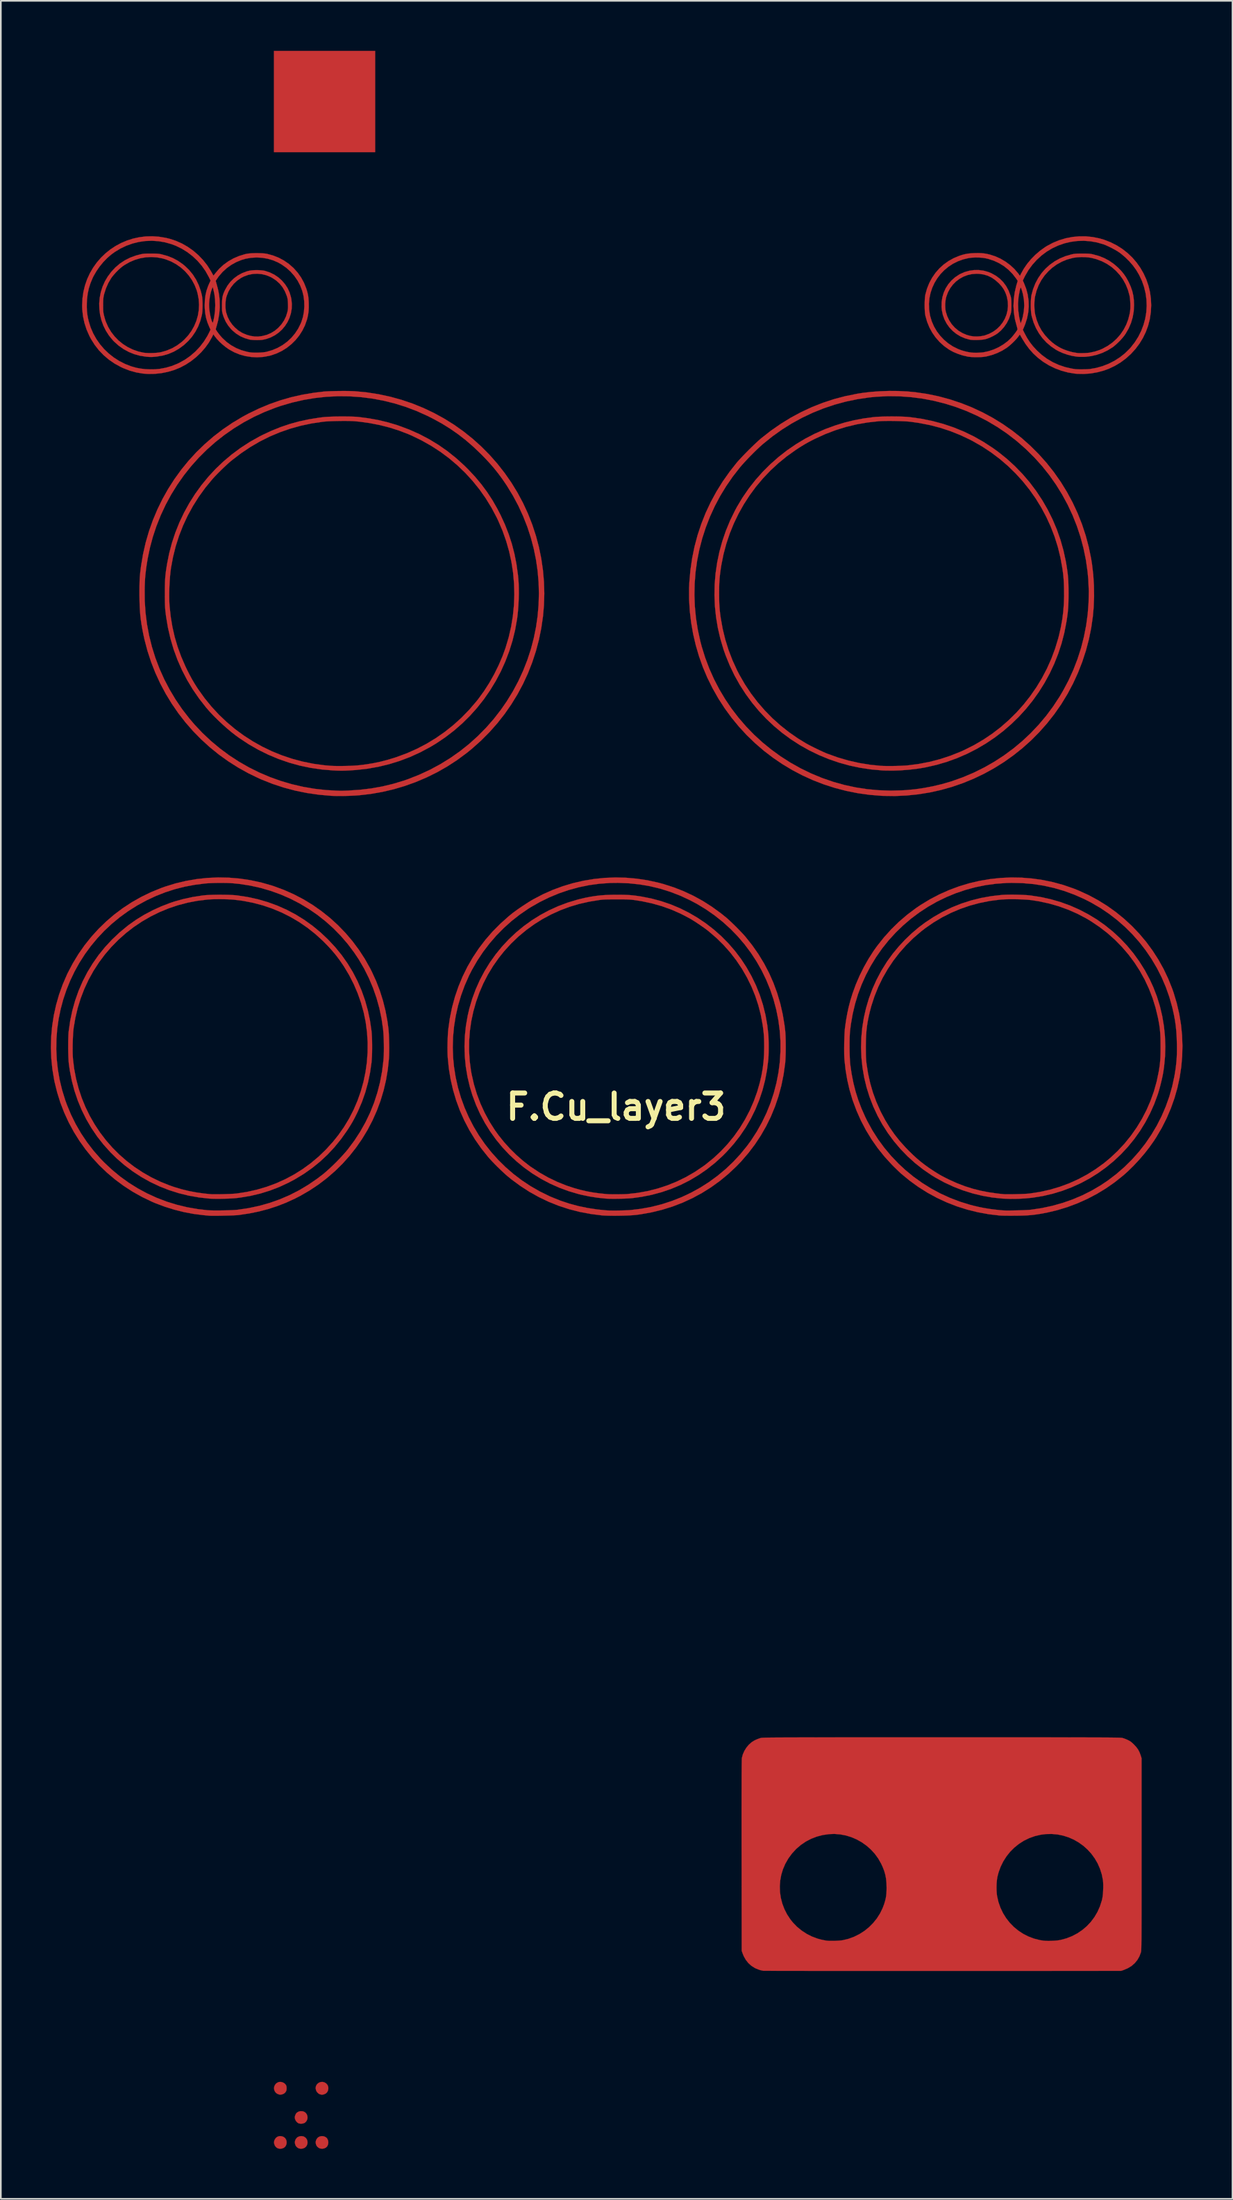
<source format=kicad_pcb>
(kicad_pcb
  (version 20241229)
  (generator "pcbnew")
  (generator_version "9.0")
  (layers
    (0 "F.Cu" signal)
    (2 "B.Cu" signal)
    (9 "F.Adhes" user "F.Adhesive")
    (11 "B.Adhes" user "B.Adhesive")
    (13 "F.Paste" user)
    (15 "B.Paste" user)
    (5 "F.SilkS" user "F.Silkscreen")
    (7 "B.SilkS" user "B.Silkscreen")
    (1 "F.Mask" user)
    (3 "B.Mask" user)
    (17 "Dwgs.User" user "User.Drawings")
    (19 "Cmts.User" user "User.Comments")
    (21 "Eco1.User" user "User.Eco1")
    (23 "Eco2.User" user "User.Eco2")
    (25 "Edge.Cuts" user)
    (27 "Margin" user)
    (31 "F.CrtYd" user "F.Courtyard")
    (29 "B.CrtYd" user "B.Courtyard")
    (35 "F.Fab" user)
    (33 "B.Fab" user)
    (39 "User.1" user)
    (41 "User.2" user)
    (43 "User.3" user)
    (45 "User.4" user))
  (footprint "F.Cu_layer3"
    (layer "F.Cu")
    (at 33.927 63.378)
    (property "Reference" "F.Cu_layer3" (at 0 0 0) (layer "F.SilkS") (effects (font (size 1.524 1.524) (thickness 0.3))))
    (attr through_hole)
    (fp_poly (pts (xy -14.457 -57.298) (xy -20.532 -57.298) (xy -20.532 -63.373) (xy -14.457 -63.373) (xy -14.457 -57.298)) (stroke (width 0.01) (type solid)) (fill yes) (layer "F.Cu"))
    (fp_poly (pts (xy -19.987 58.549) (xy -19.888 58.612) (xy -19.812 58.697) (xy -19.801 58.718) (xy -19.779 58.788) (xy -19.771 58.88) (xy -19.775 58.974) (xy -19.792 59.048) (xy -19.85 59.144) (xy -19.936 59.217) (xy -20.042 59.263) (xy -20.157 59.277) (xy -20.226 59.268) (xy -20.345 59.22) (xy -20.439 59.141) (xy -20.501 59.037) (xy -20.527 58.929) (xy -20.519 58.808) (xy -20.474 58.698) (xy -20.399 58.606) (xy -20.298 58.541) (xy -20.212 58.515) (xy -20.1 58.515) (xy -19.987 58.549)) (stroke (width 0.01) (type solid)) (fill yes) (layer "F.Cu"))
    (fp_poly (pts (xy -17.557 61.774) (xy -17.451 61.812) (xy -17.363 61.878) (xy -17.338 61.909) (xy -17.286 62.016) (xy -17.267 62.137) (xy -17.282 62.259) (xy -17.33 62.37) (xy -17.34 62.384) (xy -17.415 62.456) (xy -17.515 62.503) (xy -17.627 62.523) (xy -17.74 62.513) (xy -17.832 62.478) (xy -17.929 62.402) (xy -17.993 62.305) (xy -18.024 62.196) (xy -18.023 62.083) (xy -17.987 61.973) (xy -17.916 61.875) (xy -17.88 61.842) (xy -17.783 61.788) (xy -17.671 61.766) (xy -17.557 61.774)) (stroke (width 0.01) (type solid)) (fill yes) (layer "F.Cu"))
    (fp_poly (pts (xy -19.975 61.804) (xy -19.959 61.812) (xy -19.869 61.879) (xy -19.807 61.969) (xy -19.774 62.072) (xy -19.769 62.182) (xy -19.793 62.288) (xy -19.846 62.384) (xy -19.927 62.459) (xy -19.967 62.482) (xy -20.073 62.517) (xy -20.185 62.524) (xy -20.285 62.504) (xy -20.309 62.493) (xy -20.397 62.437) (xy -20.457 62.368) (xy -20.492 62.304) (xy -20.527 62.184) (xy -20.519 62.065) (xy -20.492 61.987) (xy -20.422 61.88) (xy -20.329 61.807) (xy -20.22 61.768) (xy -20.1 61.767) (xy -19.975 61.804)) (stroke (width 0.01) (type solid)) (fill yes) (layer "F.Cu"))
    (fp_poly (pts (xy -18.818 60.273) (xy -18.719 60.305) (xy -18.624 60.372) (xy -18.559 60.461) (xy -18.523 60.565) (xy -18.516 60.675) (xy -18.539 60.782) (xy -18.591 60.879) (xy -18.672 60.958) (xy -18.712 60.982) (xy -18.81 61.013) (xy -18.922 61.022) (xy -19.027 61.006) (xy -19.061 60.994) (xy -19.149 60.933) (xy -19.221 60.843) (xy -19.268 60.737) (xy -19.282 60.638) (xy -19.269 60.558) (xy -19.236 60.471) (xy -19.192 60.395) (xy -19.163 60.363) (xy -19.06 60.298) (xy -18.941 60.268) (xy -18.818 60.273)) (stroke (width 0.01) (type solid)) (fill yes) (layer "F.Cu"))
    (fp_poly (pts (xy -18.792 61.776) (xy -18.717 61.804) (xy -18.621 61.874) (xy -18.556 61.965) (xy -18.521 62.07) (xy -18.516 62.18) (xy -18.541 62.287) (xy -18.596 62.384) (xy -18.682 62.461) (xy -18.71 62.477) (xy -18.817 62.515) (xy -18.93 62.524) (xy -19.034 62.503) (xy -19.061 62.491) (xy -19.146 62.437) (xy -19.204 62.374) (xy -19.243 62.304) (xy -19.276 62.185) (xy -19.27 62.065) (xy -19.227 61.953) (xy -19.148 61.857) (xy -19.124 61.837) (xy -19.024 61.786) (xy -18.909 61.765) (xy -18.792 61.776)) (stroke (width 0.01) (type solid)) (fill yes) (layer "F.Cu"))
    (fp_poly (pts (xy -17.514 58.535) (xy -17.409 58.595) (xy -17.398 58.604) (xy -17.318 58.695) (xy -17.275 58.804) (xy -17.266 58.897) (xy -17.285 59.024) (xy -17.339 59.13) (xy -17.424 59.211) (xy -17.538 59.262) (xy -17.59 59.273) (xy -17.645 59.279) (xy -17.682 59.278) (xy -17.685 59.277) (xy -17.72 59.268) (xy -17.764 59.258) (xy -17.839 59.224) (xy -17.913 59.16) (xy -17.975 59.08) (xy -18.003 59.023) (xy -18.029 58.905) (xy -18.019 58.796) (xy -17.978 58.699) (xy -17.912 58.618) (xy -17.827 58.557) (xy -17.728 58.52) (xy -17.622 58.512) (xy -17.514 58.535)) (stroke (width 0.01) (type solid)) (fill yes) (layer "F.Cu"))
    (fp_poly (pts (xy 22.07 -50.183) (xy 22.348 -50.106) (xy 22.538 -50.027) (xy 22.805 -49.879) (xy 23.041 -49.702) (xy 23.246 -49.496) (xy 23.419 -49.262) (xy 23.562 -48.999) (xy 23.673 -48.707) (xy 23.699 -48.62) (xy 23.714 -48.553) (xy 23.725 -48.476) (xy 23.733 -48.382) (xy 23.736 -48.261) (xy 23.738 -48.122) (xy 23.737 -47.982) (xy 23.735 -47.873) (xy 23.729 -47.788) (xy 23.72 -47.715) (xy 23.706 -47.646) (xy 23.689 -47.583) (xy 23.593 -47.306) (xy 23.461 -47.045) (xy 23.297 -46.804) (xy 23.104 -46.59) (xy 22.924 -46.434) (xy 22.795 -46.348) (xy 22.641 -46.261) (xy 22.474 -46.181) (xy 22.312 -46.116) (xy 22.193 -46.078) (xy 22.08 -46.055) (xy 21.938 -46.038) (xy 21.779 -46.027) (xy 21.615 -46.022) (xy 21.459 -46.024) (xy 21.322 -46.033) (xy 21.23 -46.047) (xy 20.943 -46.127) (xy 20.675 -46.243) (xy 20.43 -46.392) (xy 20.21 -46.57) (xy 20.016 -46.775) (xy 19.852 -47.005) (xy 19.72 -47.255) (xy 19.622 -47.524) (xy 19.562 -47.808) (xy 19.543 -47.997) (xy 19.544 -48.021) (xy 19.764 -48.021) (xy 19.777 -47.849) (xy 19.798 -47.726) (xy 19.885 -47.449) (xy 20.007 -47.194) (xy 20.16 -46.963) (xy 20.344 -46.759) (xy 20.556 -46.583) (xy 20.792 -46.44) (xy 21.051 -46.33) (xy 21.273 -46.268) (xy 21.467 -46.24) (xy 21.68 -46.234) (xy 21.895 -46.25) (xy 22.096 -46.287) (xy 22.146 -46.3) (xy 22.411 -46.399) (xy 22.652 -46.53) (xy 22.868 -46.689) (xy 23.057 -46.874) (xy 23.217 -47.081) (xy 23.346 -47.307) (xy 23.443 -47.548) (xy 23.505 -47.802) (xy 23.531 -48.063) (xy 23.52 -48.331) (xy 23.468 -48.6) (xy 23.433 -48.718) (xy 23.359 -48.908) (xy 23.268 -49.078) (xy 23.155 -49.238) (xy 23.011 -49.399) (xy 22.976 -49.435) (xy 22.764 -49.624) (xy 22.545 -49.773) (xy 22.314 -49.883) (xy 22.069 -49.956) (xy 21.806 -49.994) (xy 21.643 -50) (xy 21.369 -49.98) (xy 21.106 -49.921) (xy 20.856 -49.826) (xy 20.623 -49.697) (xy 20.411 -49.537) (xy 20.223 -49.348) (xy 20.062 -49.133) (xy 19.931 -48.896) (xy 19.834 -48.637) (xy 19.809 -48.546) (xy 19.781 -48.385) (xy 19.765 -48.204) (xy 19.764 -48.021) (xy 19.544 -48.021) (xy 19.548 -48.298) (xy 19.592 -48.588) (xy 19.674 -48.865) (xy 19.792 -49.126) (xy 19.945 -49.368) (xy 20.131 -49.587) (xy 20.347 -49.78) (xy 20.593 -49.945) (xy 20.664 -49.985) (xy 20.931 -50.102) (xy 21.209 -50.18) (xy 21.495 -50.22) (xy 21.784 -50.221) (xy 22.07 -50.183)) (stroke (width 0.01) (type solid)) (fill yes) (layer "F.Cu"))
    (fp_poly (pts (xy -21.383 -50.213) (xy -21.222 -50.199) (xy -21.086 -50.176) (xy -21.057 -50.169) (xy -20.77 -50.072) (xy -20.504 -49.941) (xy -20.263 -49.778) (xy -20.054 -49.59) (xy -19.861 -49.364) (xy -19.708 -49.126) (xy -19.592 -48.872) (xy -19.511 -48.596) (xy -19.486 -48.473) (xy -19.457 -48.181) (xy -19.467 -47.895) (xy -19.516 -47.617) (xy -19.6 -47.351) (xy -19.717 -47.101) (xy -19.866 -46.868) (xy -20.044 -46.656) (xy -20.248 -46.468) (xy -20.477 -46.308) (xy -20.729 -46.179) (xy -21.001 -46.083) (xy -21.197 -46.039) (xy -21.296 -46.027) (xy -21.423 -46.02) (xy -21.564 -46.019) (xy -21.708 -46.022) (xy -21.841 -46.03) (xy -21.951 -46.042) (xy -21.99 -46.049) (xy -22.282 -46.133) (xy -22.555 -46.254) (xy -22.805 -46.411) (xy -23.033 -46.604) (xy -23.098 -46.67) (xy -23.279 -46.888) (xy -23.426 -47.122) (xy -23.542 -47.38) (xy -23.593 -47.531) (xy -23.614 -47.601) (xy -23.629 -47.662) (xy -23.64 -47.723) (xy -23.646 -47.792) (xy -23.65 -47.879) (xy -23.651 -47.991) (xy -23.652 -48.112) (xy -23.652 -48.127) (xy -23.442 -48.127) (xy -23.439 -47.958) (xy -23.425 -47.803) (xy -23.402 -47.68) (xy -23.312 -47.411) (xy -23.191 -47.168) (xy -23.036 -46.947) (xy -22.872 -46.768) (xy -22.658 -46.586) (xy -22.425 -46.443) (xy -22.171 -46.336) (xy -22.168 -46.335) (xy -21.925 -46.268) (xy -21.694 -46.234) (xy -21.462 -46.233) (xy -21.241 -46.26) (xy -20.971 -46.329) (xy -20.716 -46.436) (xy -20.48 -46.58) (xy -20.283 -46.744) (xy -20.087 -46.957) (xy -19.928 -47.19) (xy -19.807 -47.441) (xy -19.726 -47.701) (xy -19.706 -47.794) (xy -19.694 -47.876) (xy -19.687 -47.96) (xy -19.687 -48.061) (xy -19.69 -48.19) (xy -19.69 -48.192) (xy -19.696 -48.32) (xy -19.704 -48.419) (xy -19.716 -48.501) (xy -19.735 -48.581) (xy -19.762 -48.67) (xy -19.767 -48.683) (xy -19.876 -48.952) (xy -20.018 -49.194) (xy -20.193 -49.409) (xy -20.398 -49.595) (xy -20.634 -49.752) (xy -20.733 -49.805) (xy -20.991 -49.911) (xy -21.258 -49.976) (xy -21.529 -50.002) (xy -21.801 -49.988) (xy -22.068 -49.934) (xy -22.327 -49.841) (xy -22.516 -49.744) (xy -22.745 -49.585) (xy -22.947 -49.395) (xy -23.12 -49.178) (xy -23.261 -48.936) (xy -23.367 -48.674) (xy -23.392 -48.588) (xy -23.419 -48.456) (xy -23.436 -48.298) (xy -23.442 -48.127) (xy -23.652 -48.127) (xy -23.65 -48.293) (xy -23.642 -48.443) (xy -23.627 -48.571) (xy -23.602 -48.687) (xy -23.566 -48.801) (xy -23.515 -48.925) (xy -23.467 -49.029) (xy -23.322 -49.286) (xy -23.145 -49.517) (xy -22.938 -49.72) (xy -22.704 -49.893) (xy -22.447 -50.034) (xy -22.169 -50.14) (xy -22.024 -50.178) (xy -21.89 -50.201) (xy -21.73 -50.214) (xy -21.557 -50.218) (xy -21.383 -50.213)) (stroke (width 0.01) (type solid)) (fill yes) (layer "F.Cu"))
    (fp_poly (pts (xy -27.908 -51.212) (xy -27.75 -51.211) (xy -27.625 -51.208) (xy -27.525 -51.203) (xy -27.439 -51.194) (xy -27.36 -51.182) (xy -27.28 -51.165) (xy -26.928 -51.068) (xy -26.601 -50.939) (xy -26.297 -50.777) (xy -26.011 -50.578) (xy -25.876 -50.468) (xy -25.618 -50.217) (xy -25.393 -49.941) (xy -25.202 -49.639) (xy -25.045 -49.312) (xy -24.922 -48.961) (xy -24.858 -48.705) (xy -24.839 -48.584) (xy -24.826 -48.433) (xy -24.818 -48.261) (xy -24.817 -48.081) (xy -24.821 -47.902) (xy -24.83 -47.736) (xy -24.846 -47.594) (xy -24.857 -47.531) (xy -24.949 -47.176) (xy -25.079 -46.839) (xy -25.246 -46.522) (xy -25.447 -46.227) (xy -25.671 -45.969) (xy -25.944 -45.716) (xy -26.234 -45.502) (xy -26.541 -45.326) (xy -26.865 -45.188) (xy -27.208 -45.089) (xy -27.568 -45.029) (xy -27.633 -45.022) (xy -27.76 -45.011) (xy -27.862 -45.005) (xy -27.953 -45.005) (xy -28.05 -45.009) (xy -28.168 -45.019) (xy -28.214 -45.023) (xy -28.572 -45.079) (xy -28.917 -45.174) (xy -29.248 -45.308) (xy -29.561 -45.479) (xy -29.854 -45.685) (xy -30.123 -45.925) (xy -30.205 -46.011) (xy -30.429 -46.283) (xy -30.618 -46.576) (xy -30.771 -46.886) (xy -30.888 -47.208) (xy -30.969 -47.541) (xy -31.013 -47.88) (xy -31.018 -48.101) (xy -30.786 -48.101) (xy -30.785 -47.954) (xy -30.783 -47.84) (xy -30.778 -47.75) (xy -30.77 -47.673) (xy -30.758 -47.601) (xy -30.741 -47.523) (xy -30.729 -47.476) (xy -30.7 -47.366) (xy -30.667 -47.254) (xy -30.636 -47.157) (xy -30.622 -47.116) (xy -30.481 -46.8) (xy -30.305 -46.506) (xy -30.097 -46.236) (xy -29.86 -45.993) (xy -29.597 -45.78) (xy -29.309 -45.597) (xy -29 -45.447) (xy -28.673 -45.333) (xy -28.374 -45.265) (xy -28.251 -45.25) (xy -28.098 -45.242) (xy -27.928 -45.24) (xy -27.752 -45.245) (xy -27.582 -45.256) (xy -27.429 -45.272) (xy -27.307 -45.294) (xy -27.305 -45.294) (xy -26.961 -45.395) (xy -26.642 -45.529) (xy -26.345 -45.7) (xy -26.068 -45.906) (xy -25.927 -46.033) (xy -25.691 -46.286) (xy -25.489 -46.561) (xy -25.323 -46.854) (xy -25.193 -47.164) (xy -25.1 -47.485) (xy -25.045 -47.815) (xy -25.029 -48.15) (xy -25.053 -48.487) (xy -25.117 -48.823) (xy -25.169 -49.006) (xy -25.295 -49.325) (xy -25.456 -49.625) (xy -25.651 -49.902) (xy -25.875 -50.155) (xy -26.128 -50.38) (xy -26.405 -50.574) (xy -26.703 -50.736) (xy -27.021 -50.862) (xy -27.212 -50.917) (xy -27.549 -50.981) (xy -27.888 -51.004) (xy -28.227 -50.986) (xy -28.561 -50.928) (xy -28.888 -50.831) (xy -29.204 -50.696) (xy -29.506 -50.522) (xy -29.617 -50.446) (xy -29.74 -50.348) (xy -29.876 -50.224) (xy -30.014 -50.085) (xy -30.143 -49.942) (xy -30.253 -49.806) (xy -30.307 -49.731) (xy -30.476 -49.442) (xy -30.614 -49.129) (xy -30.719 -48.803) (xy -30.749 -48.677) (xy -30.764 -48.595) (xy -30.775 -48.503) (xy -30.782 -48.394) (xy -30.785 -48.26) (xy -30.786 -48.101) (xy -31.018 -48.101) (xy -31.021 -48.221) (xy -30.991 -48.562) (xy -30.924 -48.899) (xy -30.82 -49.228) (xy -30.677 -49.546) (xy -30.515 -49.822) (xy -30.295 -50.118) (xy -30.049 -50.381) (xy -29.777 -50.611) (xy -29.48 -50.807) (xy -29.159 -50.968) (xy -28.813 -51.094) (xy -28.551 -51.163) (xy -28.467 -51.181) (xy -28.39 -51.194) (xy -28.31 -51.203) (xy -28.219 -51.208) (xy -28.106 -51.211) (xy -27.964 -51.212) (xy -27.908 -51.212)) (stroke (width 0.01) (type solid)) (fill yes) (layer "F.Cu"))
    (fp_poly (pts (xy 28.147 -51.211) (xy 28.269 -51.209) (xy 28.366 -51.205) (xy 28.449 -51.197) (xy 28.526 -51.186) (xy 28.607 -51.17) (xy 28.636 -51.163) (xy 28.987 -51.067) (xy 29.312 -50.938) (xy 29.614 -50.775) (xy 29.896 -50.578) (xy 30.138 -50.367) (xy 30.321 -50.18) (xy 30.474 -49.996) (xy 30.608 -49.803) (xy 30.731 -49.587) (xy 30.777 -49.498) (xy 30.9 -49.225) (xy 30.991 -48.961) (xy 31.053 -48.695) (xy 31.088 -48.416) (xy 31.099 -48.112) (xy 31.079 -47.745) (xy 31.018 -47.391) (xy 30.917 -47.048) (xy 30.776 -46.719) (xy 30.595 -46.404) (xy 30.525 -46.302) (xy 30.428 -46.177) (xy 30.306 -46.039) (xy 30.169 -45.899) (xy 30.027 -45.765) (xy 29.892 -45.649) (xy 29.81 -45.587) (xy 29.516 -45.404) (xy 29.2 -45.253) (xy 28.868 -45.137) (xy 28.525 -45.057) (xy 28.178 -45.014) (xy 27.832 -45.011) (xy 27.678 -45.023) (xy 27.399 -45.066) (xy 27.113 -45.139) (xy 26.832 -45.235) (xy 26.571 -45.352) (xy 26.422 -45.433) (xy 26.119 -45.638) (xy 25.844 -45.872) (xy 25.601 -46.134) (xy 25.39 -46.423) (xy 25.212 -46.735) (xy 25.069 -47.07) (xy 24.962 -47.425) (xy 24.941 -47.519) (xy 24.923 -47.636) (xy 24.91 -47.784) (xy 24.902 -47.953) (xy 24.901 -48.092) (xy 25.115 -48.092) (xy 25.122 -47.896) (xy 25.138 -47.714) (xy 25.163 -47.559) (xy 25.163 -47.558) (xy 25.257 -47.212) (xy 25.385 -46.892) (xy 25.548 -46.595) (xy 25.747 -46.319) (xy 25.982 -46.062) (xy 26.002 -46.042) (xy 26.194 -45.87) (xy 26.383 -45.727) (xy 26.585 -45.602) (xy 26.712 -45.534) (xy 26.867 -45.464) (xy 27.043 -45.398) (xy 27.225 -45.34) (xy 27.396 -45.295) (xy 27.495 -45.276) (xy 27.577 -45.263) (xy 27.644 -45.252) (xy 27.683 -45.245) (xy 27.686 -45.244) (xy 27.745 -45.238) (xy 27.837 -45.235) (xy 27.949 -45.235) (xy 28.073 -45.238) (xy 28.197 -45.243) (xy 28.311 -45.251) (xy 28.405 -45.26) (xy 28.438 -45.264) (xy 28.739 -45.329) (xy 29.026 -45.422) (xy 29.203 -45.497) (xy 29.514 -45.667) (xy 29.798 -45.868) (xy 30.053 -46.098) (xy 30.278 -46.355) (xy 30.47 -46.636) (xy 30.629 -46.94) (xy 30.751 -47.263) (xy 30.836 -47.603) (xy 30.863 -47.766) (xy 30.874 -47.9) (xy 30.878 -48.06) (xy 30.875 -48.232) (xy 30.865 -48.404) (xy 30.849 -48.56) (xy 30.829 -48.683) (xy 30.733 -49.028) (xy 30.602 -49.352) (xy 30.437 -49.653) (xy 30.239 -49.929) (xy 30.011 -50.179) (xy 29.755 -50.401) (xy 29.473 -50.592) (xy 29.167 -50.751) (xy 28.838 -50.875) (xy 28.547 -50.951) (xy 28.356 -50.981) (xy 28.14 -50.997) (xy 27.913 -50.999) (xy 27.692 -50.987) (xy 27.49 -50.961) (xy 27.433 -50.95) (xy 27.088 -50.857) (xy 26.765 -50.726) (xy 26.463 -50.56) (xy 26.182 -50.356) (xy 25.96 -50.155) (xy 25.726 -49.893) (xy 25.529 -49.609) (xy 25.368 -49.304) (xy 25.243 -48.977) (xy 25.154 -48.628) (xy 25.131 -48.472) (xy 25.119 -48.289) (xy 25.115 -48.092) (xy 24.901 -48.092) (xy 24.9 -48.132) (xy 24.903 -48.31) (xy 24.911 -48.476) (xy 24.925 -48.621) (xy 24.942 -48.726) (xy 25.042 -49.087) (xy 25.177 -49.427) (xy 25.346 -49.743) (xy 25.546 -50.034) (xy 25.778 -50.299) (xy 26.038 -50.534) (xy 26.325 -50.74) (xy 26.637 -50.913) (xy 26.973 -51.053) (xy 27.33 -51.157) (xy 27.365 -51.165) (xy 27.446 -51.182) (xy 27.526 -51.194) (xy 27.611 -51.203) (xy 27.712 -51.208) (xy 27.838 -51.211) (xy 27.993 -51.212) (xy 28.147 -51.211)) (stroke (width 0.01) (type solid)) (fill yes) (layer "F.Cu"))
    (fp_poly (pts (xy 16.946 -42.963) (xy 17.479 -42.937) (xy 17.96 -42.892) (xy 18.666 -42.789) (xy 19.361 -42.645) (xy 20.043 -42.461) (xy 20.712 -42.239) (xy 21.365 -41.979) (xy 22.001 -41.683) (xy 22.618 -41.351) (xy 23.215 -40.983) (xy 23.79 -40.582) (xy 24.342 -40.147) (xy 24.869 -39.68) (xy 25.37 -39.182) (xy 25.843 -38.653) (xy 26.286 -38.095) (xy 26.29 -38.089) (xy 26.7 -37.505) (xy 27.073 -36.899) (xy 27.411 -36.272) (xy 27.711 -35.628) (xy 27.973 -34.967) (xy 28.196 -34.291) (xy 28.379 -33.602) (xy 28.523 -32.903) (xy 28.574 -32.586) (xy 28.649 -31.952) (xy 28.691 -31.301) (xy 28.7 -30.645) (xy 28.675 -29.993) (xy 28.627 -29.443) (xy 28.528 -28.749) (xy 28.388 -28.06) (xy 28.208 -27.378) (xy 27.988 -26.707) (xy 27.731 -26.049) (xy 27.436 -25.408) (xy 27.106 -24.786) (xy 26.74 -24.186) (xy 26.718 -24.151) (xy 26.31 -23.567) (xy 25.872 -23.012) (xy 25.406 -22.486) (xy 24.912 -21.99) (xy 24.393 -21.526) (xy 23.849 -21.093) (xy 23.284 -20.692) (xy 22.697 -20.326) (xy 22.092 -19.993) (xy 21.468 -19.695) (xy 20.828 -19.433) (xy 20.174 -19.207) (xy 19.506 -19.019) (xy 18.827 -18.869) (xy 18.138 -18.758) (xy 17.441 -18.687) (xy 16.737 -18.656) (xy 16.027 -18.666) (xy 15.933 -18.67) (xy 15.219 -18.728) (xy 14.516 -18.826) (xy 13.824 -18.964) (xy 13.145 -19.14) (xy 12.481 -19.354) (xy 11.833 -19.604) (xy 11.202 -19.89) (xy 10.59 -20.211) (xy 9.997 -20.566) (xy 9.426 -20.954) (xy 8.878 -21.373) (xy 8.354 -21.824) (xy 7.855 -22.305) (xy 7.384 -22.815) (xy 6.94 -23.354) (xy 6.527 -23.919) (xy 6.144 -24.511) (xy 5.794 -25.129) (xy 5.48 -25.765) (xy 5.214 -26.395) (xy 4.983 -27.044) (xy 4.789 -27.708) (xy 4.631 -28.383) (xy 4.512 -29.065) (xy 4.431 -29.751) (xy 4.389 -30.436) (xy 4.388 -30.726) (xy 4.708 -30.726) (xy 4.734 -30.034) (xy 4.801 -29.342) (xy 4.909 -28.651) (xy 5.058 -27.962) (xy 5.147 -27.622) (xy 5.356 -26.953) (xy 5.602 -26.301) (xy 5.885 -25.668) (xy 6.204 -25.055) (xy 6.557 -24.464) (xy 6.943 -23.895) (xy 7.361 -23.351) (xy 7.81 -22.831) (xy 8.288 -22.338) (xy 8.795 -21.873) (xy 9.329 -21.438) (xy 9.889 -21.032) (xy 10.474 -20.659) (xy 11.083 -20.318) (xy 11.714 -20.012) (xy 12.366 -19.742) (xy 12.399 -19.73) (xy 13.058 -19.503) (xy 13.726 -19.317) (xy 14.402 -19.172) (xy 15.087 -19.067) (xy 15.783 -19.004) (xy 16.49 -18.981) (xy 17.208 -18.999) (xy 17.399 -19.01) (xy 17.932 -19.06) (xy 18.482 -19.139) (xy 19.035 -19.245) (xy 19.581 -19.375) (xy 20.107 -19.528) (xy 20.145 -19.54) (xy 20.816 -19.779) (xy 21.467 -20.054) (xy 22.097 -20.366) (xy 22.706 -20.712) (xy 23.291 -21.093) (xy 23.851 -21.506) (xy 24.386 -21.952) (xy 24.894 -22.428) (xy 25.373 -22.935) (xy 25.824 -23.47) (xy 26.243 -24.034) (xy 26.631 -24.624) (xy 26.84 -24.979) (xy 27.166 -25.594) (xy 27.454 -26.226) (xy 27.704 -26.874) (xy 27.916 -27.535) (xy 28.088 -28.206) (xy 28.222 -28.886) (xy 28.316 -29.572) (xy 28.369 -30.262) (xy 28.382 -30.954) (xy 28.353 -31.644) (xy 28.309 -32.12) (xy 28.208 -32.825) (xy 28.066 -33.517) (xy 27.886 -34.196) (xy 27.666 -34.86) (xy 27.409 -35.508) (xy 27.114 -36.138) (xy 26.783 -36.749) (xy 26.417 -37.34) (xy 26.016 -37.91) (xy 25.581 -38.456) (xy 25.112 -38.977) (xy 24.611 -39.473) (xy 24.078 -39.941) (xy 24.017 -39.991) (xy 23.465 -40.416) (xy 22.89 -40.805) (xy 22.294 -41.159) (xy 21.68 -41.476) (xy 21.05 -41.758) (xy 20.404 -42.002) (xy 19.747 -42.208) (xy 19.078 -42.376) (xy 18.401 -42.505) (xy 17.717 -42.594) (xy 17.029 -42.643) (xy 16.338 -42.652) (xy 15.647 -42.619) (xy 15.198 -42.576) (xy 14.496 -42.472) (xy 13.804 -42.328) (xy 13.124 -42.144) (xy 12.459 -41.92) (xy 11.808 -41.658) (xy 11.173 -41.358) (xy 10.558 -41.021) (xy 9.961 -40.647) (xy 9.387 -40.237) (xy 8.835 -39.792) (xy 8.805 -39.767) (xy 8.646 -39.625) (xy 8.469 -39.459) (xy 8.28 -39.275) (xy 8.087 -39.082) (xy 7.899 -38.887) (xy 7.722 -38.697) (xy 7.563 -38.521) (xy 7.45 -38.389) (xy 7.014 -37.832) (xy 6.615 -37.254) (xy 6.252 -36.658) (xy 5.927 -36.045) (xy 5.639 -35.416) (xy 5.39 -34.774) (xy 5.178 -34.12) (xy 5.005 -33.455) (xy 4.872 -32.782) (xy 4.777 -32.102) (xy 4.723 -31.416) (xy 4.708 -30.726) (xy 4.388 -30.726) (xy 4.387 -31.117) (xy 4.403 -31.475) (xy 4.467 -32.206) (xy 4.571 -32.924) (xy 4.715 -33.628) (xy 4.899 -34.318) (xy 5.123 -34.993) (xy 5.385 -35.652) (xy 5.687 -36.296) (xy 6.028 -36.923) (xy 6.408 -37.534) (xy 6.827 -38.127) (xy 7.239 -38.65) (xy 7.339 -38.766) (xy 7.465 -38.904) (xy 7.61 -39.058) (xy 7.77 -39.223) (xy 7.937 -39.392) (xy 8.107 -39.56) (xy 8.273 -39.721) (xy 8.43 -39.87) (xy 8.571 -39.999) (xy 8.691 -40.104) (xy 8.71 -40.12) (xy 9.287 -40.572) (xy 9.883 -40.986) (xy 10.495 -41.363) (xy 11.125 -41.701) (xy 11.769 -42) (xy 12.429 -42.259) (xy 13.102 -42.48) (xy 13.789 -42.66) (xy 14.488 -42.8) (xy 14.806 -42.85) (xy 15.318 -42.91) (xy 15.854 -42.949) (xy 16.4 -42.967) (xy 16.946 -42.963)) (stroke (width 0.01) (type solid)) (fill yes) (layer "F.Cu"))
    (fp_poly (pts (xy 0.601 -13.754) (xy 1.243 -13.698) (xy 1.882 -13.602) (xy 2.517 -13.464) (xy 2.847 -13.376) (xy 3.466 -13.177) (xy 4.066 -12.942) (xy 4.647 -12.669) (xy 5.212 -12.359) (xy 5.761 -12.009) (xy 6.295 -11.621) (xy 6.615 -11.364) (xy 6.721 -11.271) (xy 6.85 -11.153) (xy 6.993 -11.017) (xy 7.144 -10.87) (xy 7.296 -10.718) (xy 7.443 -10.567) (xy 7.578 -10.425) (xy 7.694 -10.299) (xy 7.762 -10.221) (xy 8.176 -9.703) (xy 8.552 -9.165) (xy 8.89 -8.608) (xy 9.191 -8.032) (xy 9.453 -7.438) (xy 9.677 -6.826) (xy 9.864 -6.195) (xy 10.011 -5.547) (xy 10.121 -4.881) (xy 10.153 -4.614) (xy 10.168 -4.448) (xy 10.179 -4.249) (xy 10.186 -4.025) (xy 10.19 -3.786) (xy 10.191 -3.54) (xy 10.188 -3.296) (xy 10.182 -3.063) (xy 10.172 -2.85) (xy 10.159 -2.665) (xy 10.152 -2.593) (xy 10.058 -1.926) (xy 9.926 -1.276) (xy 9.755 -0.641) (xy 9.546 -0.024) (xy 9.3 0.575) (xy 9.016 1.155) (xy 8.695 1.715) (xy 8.338 2.255) (xy 7.945 2.772) (xy 7.517 3.268) (xy 7.219 3.577) (xy 6.738 4.028) (xy 6.234 4.443) (xy 5.707 4.823) (xy 5.159 5.167) (xy 4.591 5.474) (xy 4.003 5.745) (xy 3.397 5.978) (xy 2.774 6.172) (xy 2.135 6.328) (xy 1.481 6.445) (xy 1.228 6.48) (xy 1.074 6.495) (xy 0.888 6.508) (xy 0.675 6.518) (xy 0.446 6.526) (xy 0.207 6.531) (xy -0.032 6.534) (xy -0.263 6.533) (xy -0.479 6.529) (xy -0.671 6.522) (xy -0.83 6.512) (xy -0.857 6.51) (xy -1.524 6.425) (xy -2.176 6.302) (xy -2.812 6.139) (xy -3.432 5.937) (xy -4.036 5.696) (xy -4.623 5.416) (xy -5.194 5.097) (xy -5.746 4.74) (xy -6.282 4.344) (xy -6.509 4.16) (xy -6.638 4.048) (xy -6.787 3.911) (xy -6.949 3.758) (xy -7.116 3.595) (xy -7.281 3.43) (xy -7.435 3.27) (xy -7.572 3.123) (xy -7.677 3.003) (xy -8.09 2.485) (xy -8.467 1.947) (xy -8.806 1.388) (xy -9.107 0.812) (xy -9.371 0.218) (xy -9.595 -0.393) (xy -9.781 -1.018) (xy -9.927 -1.657) (xy -10.034 -2.309) (xy -10.098 -2.953) (xy -10.108 -3.137) (xy -10.113 -3.352) (xy -10.114 -3.57) (xy -9.798 -3.57) (xy -9.775 -2.936) (xy -9.724 -2.413) (xy -9.624 -1.778) (xy -9.484 -1.157) (xy -9.306 -0.549) (xy -9.09 0.042) (xy -8.838 0.617) (xy -8.552 1.172) (xy -8.231 1.707) (xy -7.877 2.22) (xy -7.492 2.709) (xy -7.076 3.174) (xy -6.631 3.612) (xy -6.158 4.022) (xy -5.658 4.403) (xy -5.132 4.752) (xy -4.581 5.069) (xy -4.006 5.352) (xy -3.861 5.416) (xy -3.333 5.627) (xy -2.799 5.805) (xy -2.254 5.952) (xy -1.692 6.068) (xy -1.106 6.156) (xy -0.582 6.209) (xy -0.478 6.215) (xy -0.341 6.218) (xy -0.178 6.22) (xy 0.001 6.22) (xy 0.188 6.217) (xy 0.374 6.214) (xy 0.55 6.208) (xy 0.708 6.201) (xy 0.84 6.193) (xy 0.868 6.191) (xy 1.506 6.114) (xy 2.134 5.998) (xy 2.75 5.842) (xy 3.353 5.647) (xy 3.94 5.415) (xy 4.509 5.147) (xy 5.06 4.843) (xy 5.591 4.505) (xy 6.099 4.133) (xy 6.584 3.729) (xy 7.043 3.293) (xy 7.474 2.827) (xy 7.877 2.331) (xy 8.114 2.006) (xy 8.459 1.472) (xy 8.769 0.919) (xy 9.042 0.348) (xy 9.278 -0.239) (xy 9.475 -0.839) (xy 9.634 -1.45) (xy 9.754 -2.07) (xy 9.834 -2.696) (xy 9.873 -3.326) (xy 9.872 -3.958) (xy 9.83 -4.572) (xy 9.746 -5.209) (xy 9.621 -5.835) (xy 9.458 -6.447) (xy 9.256 -7.045) (xy 9.018 -7.626) (xy 8.745 -8.188) (xy 8.436 -8.732) (xy 8.095 -9.254) (xy 7.721 -9.753) (xy 7.315 -10.229) (xy 6.879 -10.678) (xy 6.414 -11.1) (xy 5.921 -11.493) (xy 5.401 -11.855) (xy 4.855 -12.186) (xy 4.441 -12.405) (xy 3.855 -12.677) (xy 3.26 -12.907) (xy 2.657 -13.096) (xy 2.044 -13.244) (xy 1.42 -13.351) (xy 0.785 -13.418) (xy 0.137 -13.444) (xy -0.356 -13.438) (xy -0.981 -13.394) (xy -1.603 -13.31) (xy -2.22 -13.184) (xy -2.829 -13.018) (xy -3.429 -12.813) (xy -4.015 -12.57) (xy -4.587 -12.288) (xy -5.142 -11.97) (xy -5.259 -11.896) (xy -5.774 -11.543) (xy -6.268 -11.155) (xy -6.737 -10.735) (xy -7.18 -10.285) (xy -7.593 -9.807) (xy -7.976 -9.305) (xy -8.326 -8.78) (xy -8.64 -8.235) (xy -8.818 -7.885) (xy -9.078 -7.297) (xy -9.298 -6.696) (xy -9.479 -6.084) (xy -9.62 -5.463) (xy -9.72 -4.836) (xy -9.78 -4.204) (xy -9.798 -3.57) (xy -10.114 -3.57) (xy -10.114 -3.586) (xy -10.111 -3.829) (xy -10.104 -4.071) (xy -10.094 -4.301) (xy -10.081 -4.509) (xy -10.066 -4.667) (xy -9.972 -5.33) (xy -9.839 -5.978) (xy -9.666 -6.611) (xy -9.455 -7.227) (xy -9.207 -7.825) (xy -8.921 -8.404) (xy -8.599 -8.963) (xy -8.241 -9.501) (xy -7.847 -10.018) (xy -7.419 -10.511) (xy -6.956 -10.979) (xy -6.46 -11.423) (xy -6.234 -11.608) (xy -6.105 -11.706) (xy -5.948 -11.82) (xy -5.772 -11.943) (xy -5.586 -12.068) (xy -5.398 -12.191) (xy -5.218 -12.306) (xy -5.055 -12.405) (xy -4.964 -12.458) (xy -4.389 -12.759) (xy -3.799 -13.021) (xy -3.195 -13.244) (xy -2.58 -13.428) (xy -1.955 -13.573) (xy -1.322 -13.678) (xy -0.684 -13.744) (xy -0.042 -13.769) (xy 0.601 -13.754)) (stroke (width 0.01) (type solid)) (fill yes) (layer "F.Cu"))
    (fp_poly (pts (xy -23.501 -12.731) (xy -23.27 -12.726) (xy -23.058 -12.717) (xy -22.871 -12.705) (xy -22.744 -12.692) (xy -22.111 -12.596) (xy -21.496 -12.461) (xy -20.899 -12.287) (xy -20.321 -12.076) (xy -19.761 -11.827) (xy -19.221 -11.541) (xy -18.7 -11.217) (xy -18.2 -10.856) (xy -17.721 -10.459) (xy -17.283 -10.045) (xy -16.856 -9.587) (xy -16.465 -9.108) (xy -16.112 -8.607) (xy -15.795 -8.086) (xy -15.515 -7.544) (xy -15.272 -6.982) (xy -15.066 -6.401) (xy -14.898 -5.8) (xy -14.767 -5.179) (xy -14.676 -4.561) (xy -14.661 -4.393) (xy -14.65 -4.193) (xy -14.642 -3.968) (xy -14.638 -3.73) (xy -14.638 -3.487) (xy -14.642 -3.249) (xy -14.65 -3.025) (xy -14.662 -2.824) (xy -14.675 -2.67) (xy -14.764 -2.048) (xy -14.89 -1.446) (xy -15.051 -0.864) (xy -15.25 -0.298) (xy -15.487 0.254) (xy -15.554 0.393) (xy -15.65 0.586) (xy -15.736 0.752) (xy -15.819 0.902) (xy -15.905 1.048) (xy -16.001 1.203) (xy -16.113 1.377) (xy -16.14 1.418) (xy -16.502 1.929) (xy -16.893 2.41) (xy -17.312 2.86) (xy -17.76 3.278) (xy -18.236 3.665) (xy -18.74 4.02) (xy -19.271 4.342) (xy -19.677 4.557) (xy -20.225 4.811) (xy -20.782 5.024) (xy -21.351 5.2) (xy -21.934 5.338) (xy -22.537 5.44) (xy -22.786 5.471) (xy -22.921 5.484) (xy -23.089 5.494) (xy -23.28 5.503) (xy -23.485 5.509) (xy -23.694 5.514) (xy -23.899 5.515) (xy -24.09 5.514) (xy -24.258 5.51) (xy -24.394 5.504) (xy -24.405 5.503) (xy -25.033 5.434) (xy -25.648 5.325) (xy -26.25 5.177) (xy -26.837 4.99) (xy -27.408 4.766) (xy -27.96 4.504) (xy -28.494 4.205) (xy -29.006 3.871) (xy -29.497 3.502) (xy -29.965 3.098) (xy -30.343 2.727) (xy -30.76 2.264) (xy -31.142 1.779) (xy -31.487 1.271) (xy -31.797 0.742) (xy -32.07 0.192) (xy -32.306 -0.376) (xy -32.505 -0.964) (xy -32.665 -1.568) (xy -32.787 -2.19) (xy -32.844 -2.582) (xy -32.856 -2.712) (xy -32.866 -2.877) (xy -32.874 -3.067) (xy -32.88 -3.276) (xy -32.883 -3.496) (xy -32.883 -3.504) (xy -32.616 -3.504) (xy -32.615 -3.289) (xy -32.61 -3.094) (xy -32.601 -2.93) (xy -32.598 -2.897) (xy -32.525 -2.289) (xy -32.412 -1.693) (xy -32.261 -1.111) (xy -32.073 -0.544) (xy -31.849 0.005) (xy -31.59 0.536) (xy -31.298 1.046) (xy -30.974 1.535) (xy -30.618 2.001) (xy -30.233 2.442) (xy -29.818 2.857) (xy -29.376 3.244) (xy -28.908 3.602) (xy -28.415 3.929) (xy -27.897 4.225) (xy -27.357 4.487) (xy -26.795 4.713) (xy -26.51 4.812) (xy -26.078 4.941) (xy -25.64 5.048) (xy -25.189 5.133) (xy -24.715 5.199) (xy -24.342 5.236) (xy -24.257 5.241) (xy -24.137 5.243) (xy -23.99 5.243) (xy -23.824 5.242) (xy -23.647 5.239) (xy -23.465 5.234) (xy -23.287 5.228) (xy -23.12 5.221) (xy -22.972 5.213) (xy -22.85 5.205) (xy -22.775 5.198) (xy -22.156 5.102) (xy -21.553 4.967) (xy -20.966 4.794) (xy -20.396 4.583) (xy -19.845 4.335) (xy -19.314 4.05) (xy -18.803 3.729) (xy -18.315 3.373) (xy -17.85 2.983) (xy -17.41 2.558) (xy -16.995 2.101) (xy -16.672 1.698) (xy -16.329 1.21) (xy -16.022 0.701) (xy -15.75 0.173) (xy -15.516 -0.373) (xy -15.318 -0.933) (xy -15.158 -1.505) (xy -15.037 -2.088) (xy -14.954 -2.678) (xy -14.911 -3.274) (xy -14.907 -3.873) (xy -14.945 -4.473) (xy -15.023 -5.072) (xy -15.029 -5.112) (xy -15.148 -5.686) (xy -15.308 -6.256) (xy -15.506 -6.817) (xy -15.741 -7.366) (xy -16.012 -7.898) (xy -16.316 -8.408) (xy -16.387 -8.516) (xy -16.596 -8.818) (xy -16.807 -9.099) (xy -17.031 -9.368) (xy -17.273 -9.635) (xy -17.543 -9.911) (xy -17.602 -9.97) (xy -18.052 -10.379) (xy -18.526 -10.754) (xy -19.022 -11.095) (xy -19.54 -11.4) (xy -20.078 -11.669) (xy -20.633 -11.901) (xy -21.204 -12.095) (xy -21.79 -12.25) (xy -22.388 -12.366) (xy -22.942 -12.436) (xy -23.105 -12.448) (xy -23.298 -12.457) (xy -23.512 -12.463) (xy -23.735 -12.466) (xy -23.958 -12.465) (xy -24.169 -12.462) (xy -24.358 -12.454) (xy -24.5 -12.445) (xy -25.106 -12.372) (xy -25.701 -12.259) (xy -26.283 -12.107) (xy -26.851 -11.916) (xy -27.404 -11.689) (xy -27.938 -11.425) (xy -28.453 -11.127) (xy -28.948 -10.795) (xy -29.419 -10.43) (xy -29.865 -10.034) (xy -30.286 -9.607) (xy -30.678 -9.151) (xy -31.04 -8.666) (xy -31.366 -8.163) (xy -31.658 -7.635) (xy -31.914 -7.087) (xy -32.132 -6.52) (xy -32.313 -5.935) (xy -32.455 -5.335) (xy -32.557 -4.734) (xy -32.573 -4.582) (xy -32.588 -4.396) (xy -32.599 -4.187) (xy -32.608 -3.963) (xy -32.614 -3.732) (xy -32.616 -3.504) (xy -32.883 -3.504) (xy -32.883 -3.717) (xy -32.882 -3.934) (xy -32.877 -4.136) (xy -32.87 -4.318) (xy -32.861 -4.469) (xy -32.854 -4.54) (xy -32.763 -5.172) (xy -32.633 -5.788) (xy -32.465 -6.388) (xy -32.258 -6.97) (xy -32.015 -7.534) (xy -31.735 -8.077) (xy -31.418 -8.6) (xy -31.067 -9.102) (xy -30.68 -9.58) (xy -30.259 -10.034) (xy -29.805 -10.464) (xy -29.317 -10.867) (xy -29.236 -10.929) (xy -28.792 -11.242) (xy -28.317 -11.532) (xy -27.817 -11.797) (xy -27.299 -12.033) (xy -26.768 -12.238) (xy -26.501 -12.327) (xy -25.973 -12.475) (xy -25.423 -12.594) (xy -24.846 -12.684) (xy -24.776 -12.693) (xy -24.619 -12.708) (xy -24.428 -12.719) (xy -24.212 -12.727) (xy -23.98 -12.732) (xy -23.74 -12.733) (xy -23.501 -12.731)) (stroke (width 0.01) (type solid)) (fill yes) (layer "F.Cu"))
    (fp_poly (pts (xy -23.236 -13.757) (xy -22.59 -13.703) (xy -21.949 -13.607) (xy -21.312 -13.471) (xy -20.682 -13.292) (xy -20.553 -13.25) (xy -19.936 -13.023) (xy -19.34 -12.759) (xy -18.763 -12.458) (xy -18.207 -12.119) (xy -17.678 -11.748) (xy -17.166 -11.339) (xy -16.684 -10.9) (xy -16.233 -10.433) (xy -15.813 -9.939) (xy -15.426 -9.419) (xy -15.073 -8.876) (xy -14.756 -8.311) (xy -14.658 -8.117) (xy -14.397 -7.546) (xy -14.175 -6.968) (xy -13.989 -6.379) (xy -13.838 -5.774) (xy -13.721 -5.148) (xy -13.662 -4.72) (xy -13.648 -4.575) (xy -13.636 -4.396) (xy -13.627 -4.192) (xy -13.62 -3.973) (xy -13.615 -3.745) (xy -13.613 -3.519) (xy -13.615 -3.304) (xy -13.619 -3.106) (xy -13.627 -2.937) (xy -13.629 -2.897) (xy -13.697 -2.247) (xy -13.805 -1.607) (xy -13.952 -0.98) (xy -14.136 -0.367) (xy -14.358 0.23) (xy -14.616 0.81) (xy -14.909 1.372) (xy -15.236 1.913) (xy -15.596 2.433) (xy -15.987 2.93) (xy -16.409 3.402) (xy -16.862 3.847) (xy -17.343 4.265) (xy -17.851 4.653) (xy -18.387 5.011) (xy -18.948 5.336) (xy -19.272 5.503) (xy -19.797 5.744) (xy -20.328 5.951) (xy -20.869 6.128) (xy -21.428 6.275) (xy -22.009 6.393) (xy -22.619 6.485) (xy -22.648 6.489) (xy -22.728 6.497) (xy -22.842 6.504) (xy -22.983 6.511) (xy -23.146 6.517) (xy -23.323 6.522) (xy -23.508 6.527) (xy -23.694 6.531) (xy -23.874 6.534) (xy -24.042 6.535) (xy -24.191 6.535) (xy -24.314 6.533) (xy -24.406 6.53) (xy -24.437 6.528) (xy -24.493 6.522) (xy -24.578 6.514) (xy -24.68 6.505) (xy -24.765 6.497) (xy -25.343 6.424) (xy -25.929 6.314) (xy -26.513 6.168) (xy -27.088 5.989) (xy -27.647 5.779) (xy -27.855 5.69) (xy -28.443 5.408) (xy -29.008 5.092) (xy -29.549 4.742) (xy -30.063 4.361) (xy -30.552 3.949) (xy -31.012 3.509) (xy -31.443 3.042) (xy -31.844 2.548) (xy -32.213 2.031) (xy -32.55 1.491) (xy -32.853 0.929) (xy -33.12 0.348) (xy -33.352 -0.251) (xy -33.545 -0.868) (xy -33.701 -1.499) (xy -33.727 -1.63) (xy -33.834 -2.273) (xy -33.898 -2.918) (xy -33.918 -3.462) (xy -33.599 -3.462) (xy -33.57 -2.849) (xy -33.502 -2.234) (xy -33.395 -1.62) (xy -33.247 -1.008) (xy -33.059 -0.4) (xy -32.96 -0.127) (xy -32.715 0.462) (xy -32.432 1.034) (xy -32.112 1.586) (xy -31.756 2.117) (xy -31.367 2.624) (xy -30.945 3.105) (xy -30.734 3.323) (xy -30.262 3.767) (xy -29.766 4.177) (xy -29.248 4.551) (xy -28.708 4.889) (xy -28.148 5.191) (xy -27.569 5.456) (xy -26.973 5.684) (xy -26.36 5.873) (xy -25.733 6.024) (xy -25.091 6.135) (xy -24.511 6.201) (xy -24.393 6.208) (xy -24.241 6.213) (xy -24.062 6.215) (xy -23.865 6.215) (xy -23.659 6.213) (xy -23.45 6.209) (xy -23.247 6.203) (xy -23.058 6.196) (xy -22.892 6.187) (xy -22.755 6.176) (xy -22.701 6.171) (xy -22.046 6.073) (xy -21.408 5.937) (xy -20.786 5.761) (xy -20.18 5.547) (xy -19.592 5.294) (xy -19.02 5.002) (xy -18.466 4.671) (xy -17.928 4.302) (xy -17.596 4.048) (xy -17.41 3.893) (xy -17.207 3.711) (xy -16.994 3.51) (xy -16.779 3.299) (xy -16.57 3.083) (xy -16.375 2.872) (xy -16.2 2.673) (xy -16.099 2.551) (xy -15.707 2.027) (xy -15.354 1.485) (xy -15.038 0.925) (xy -14.761 0.348) (xy -14.523 -0.246) (xy -14.324 -0.856) (xy -14.164 -1.481) (xy -14.043 -2.122) (xy -13.962 -2.777) (xy -13.947 -2.963) (xy -13.938 -3.133) (xy -13.933 -3.334) (xy -13.932 -3.557) (xy -13.934 -3.792) (xy -13.941 -4.028) (xy -13.95 -4.254) (xy -13.963 -4.462) (xy -13.978 -4.64) (xy -13.98 -4.654) (xy -14.071 -5.29) (xy -14.203 -5.918) (xy -14.374 -6.535) (xy -14.584 -7.138) (xy -14.832 -7.726) (xy -15.116 -8.296) (xy -15.436 -8.845) (xy -15.713 -9.26) (xy -16.099 -9.774) (xy -16.515 -10.258) (xy -16.959 -10.712) (xy -17.43 -11.134) (xy -17.926 -11.525) (xy -18.444 -11.882) (xy -18.984 -12.206) (xy -19.544 -12.494) (xy -20.122 -12.747) (xy -20.716 -12.962) (xy -21.325 -13.14) (xy -21.947 -13.279) (xy -22.581 -13.378) (xy -22.987 -13.42) (xy -23.157 -13.43) (xy -23.359 -13.438) (xy -23.581 -13.441) (xy -23.813 -13.442) (xy -24.045 -13.439) (xy -24.266 -13.432) (xy -24.466 -13.423) (xy -24.635 -13.41) (xy -24.644 -13.41) (xy -25.277 -13.33) (xy -25.888 -13.216) (xy -26.482 -13.065) (xy -27.063 -12.877) (xy -27.635 -12.651) (xy -28.183 -12.394) (xy -28.746 -12.087) (xy -29.281 -11.749) (xy -29.789 -11.382) (xy -30.267 -10.987) (xy -30.717 -10.566) (xy -31.136 -10.12) (xy -31.525 -9.651) (xy -31.883 -9.162) (xy -32.209 -8.652) (xy -32.502 -8.125) (xy -32.762 -7.581) (xy -32.988 -7.023) (xy -33.18 -6.452) (xy -33.336 -5.87) (xy -33.457 -5.278) (xy -33.542 -4.679) (xy -33.589 -4.073) (xy -33.599 -3.462) (xy -33.918 -3.462) (xy -33.922 -3.565) (xy -33.905 -4.211) (xy -33.846 -4.854) (xy -33.748 -5.491) (xy -33.609 -6.121) (xy -33.431 -6.741) (xy -33.213 -7.349) (xy -32.956 -7.943) (xy -32.913 -8.033) (xy -32.608 -8.614) (xy -32.27 -9.17) (xy -31.899 -9.701) (xy -31.496 -10.205) (xy -31.064 -10.681) (xy -30.603 -11.128) (xy -30.116 -11.545) (xy -29.602 -11.93) (xy -29.064 -12.282) (xy -28.503 -12.6) (xy -27.92 -12.883) (xy -27.317 -13.13) (xy -27.074 -13.217) (xy -26.448 -13.41) (xy -25.813 -13.562) (xy -25.173 -13.672) (xy -24.529 -13.742) (xy -23.882 -13.77) (xy -23.236 -13.757)) (stroke (width 0.01) (type solid)) (fill yes) (layer "F.Cu"))
    (fp_poly (pts (xy 0.271 -12.731) (xy 0.476 -12.728) (xy 0.658 -12.722) (xy 0.824 -12.712) (xy 0.984 -12.698) (xy 1.148 -12.679) (xy 1.324 -12.655) (xy 1.521 -12.625) (xy 1.524 -12.624) (xy 2.121 -12.507) (xy 2.707 -12.35) (xy 3.28 -12.155) (xy 3.837 -11.922) (xy 4.377 -11.653) (xy 4.898 -11.348) (xy 5.398 -11.011) (xy 5.875 -10.641) (xy 6.327 -10.24) (xy 6.753 -9.809) (xy 7.151 -9.349) (xy 7.517 -8.862) (xy 7.826 -8.392) (xy 8.134 -7.849) (xy 8.403 -7.291) (xy 8.632 -6.718) (xy 8.822 -6.13) (xy 8.972 -5.528) (xy 9.081 -4.912) (xy 9.143 -4.377) (xy 9.153 -4.239) (xy 9.159 -4.07) (xy 9.164 -3.878) (xy 9.166 -3.675) (xy 9.166 -3.468) (xy 9.163 -3.269) (xy 9.158 -3.086) (xy 9.15 -2.93) (xy 9.144 -2.847) (xy 9.066 -2.216) (xy 8.949 -1.6) (xy 8.794 -0.999) (xy 8.599 -0.415) (xy 8.367 0.152) (xy 8.097 0.7) (xy 7.79 1.229) (xy 7.446 1.738) (xy 7.065 2.225) (xy 6.649 2.691) (xy 6.411 2.932) (xy 5.949 3.354) (xy 5.464 3.74) (xy 4.958 4.089) (xy 4.433 4.402) (xy 3.887 4.678) (xy 3.323 4.916) (xy 2.741 5.116) (xy 2.142 5.277) (xy 1.526 5.4) (xy 0.995 5.473) (xy 0.865 5.485) (xy 0.703 5.495) (xy 0.518 5.503) (xy 0.32 5.509) (xy 0.116 5.513) (xy -0.083 5.515) (xy -0.27 5.514) (xy -0.434 5.511) (xy -0.569 5.505) (xy -0.603 5.503) (xy -1.105 5.451) (xy -1.584 5.376) (xy -2.056 5.278) (xy -2.254 5.229) (xy -2.845 5.055) (xy -3.419 4.843) (xy -3.974 4.595) (xy -4.508 4.312) (xy -5.02 3.995) (xy -5.508 3.647) (xy -5.972 3.267) (xy -6.41 2.859) (xy -6.82 2.423) (xy -7.201 1.96) (xy -7.551 1.472) (xy -7.87 0.961) (xy -8.155 0.428) (xy -8.405 -0.126) (xy -8.619 -0.7) (xy -8.77 -1.197) (xy -8.913 -1.799) (xy -9.015 -2.408) (xy -9.075 -3.022) (xy -9.086 -3.364) (xy -8.819 -3.364) (xy -8.782 -2.767) (xy -8.704 -2.172) (xy -8.665 -1.958) (xy -8.528 -1.357) (xy -8.352 -0.771) (xy -8.136 -0.2) (xy -7.883 0.352) (xy -7.593 0.886) (xy -7.266 1.4) (xy -7.047 1.704) (xy -6.723 2.108) (xy -6.369 2.501) (xy -5.99 2.875) (xy -5.596 3.223) (xy -5.194 3.537) (xy -5.119 3.591) (xy -4.603 3.933) (xy -4.072 4.236) (xy -3.525 4.499) (xy -2.961 4.725) (xy -2.505 4.875) (xy -2.128 4.98) (xy -1.752 5.067) (xy -1.366 5.137) (xy -0.959 5.192) (xy -0.522 5.235) (xy -0.519 5.235) (xy -0.429 5.24) (xy -0.306 5.243) (xy -0.16 5.245) (xy 0.001 5.246) (xy 0.168 5.244) (xy 0.331 5.242) (xy 0.481 5.238) (xy 0.608 5.233) (xy 0.69 5.228) (xy 1.305 5.159) (xy 1.91 5.049) (xy 2.502 4.899) (xy 3.08 4.71) (xy 3.643 4.482) (xy 4.19 4.216) (xy 4.718 3.912) (xy 5.227 3.57) (xy 5.386 3.453) (xy 5.856 3.072) (xy 6.298 2.66) (xy 6.709 2.22) (xy 7.089 1.753) (xy 7.437 1.262) (xy 7.751 0.747) (xy 8.03 0.212) (xy 8.272 -0.342) (xy 8.478 -0.913) (xy 8.637 -1.47) (xy 8.734 -1.894) (xy 8.807 -2.305) (xy 8.857 -2.714) (xy 8.887 -3.135) (xy 8.897 -3.581) (xy 8.897 -3.598) (xy 8.895 -3.845) (xy 8.89 -4.061) (xy 8.88 -4.26) (xy 8.864 -4.454) (xy 8.841 -4.655) (xy 8.811 -4.875) (xy 8.803 -4.932) (xy 8.693 -5.524) (xy 8.543 -6.106) (xy 8.355 -6.675) (xy 8.128 -7.229) (xy 7.864 -7.766) (xy 7.565 -8.285) (xy 7.231 -8.783) (xy 6.864 -9.259) (xy 6.465 -9.71) (xy 6.035 -10.134) (xy 5.574 -10.53) (xy 5.491 -10.597) (xy 5.366 -10.691) (xy 5.217 -10.798) (xy 5.052 -10.912) (xy 4.882 -11.027) (xy 4.716 -11.135) (xy 4.564 -11.23) (xy 4.436 -11.307) (xy 4.434 -11.308) (xy 3.889 -11.593) (xy 3.329 -11.839) (xy 2.753 -12.046) (xy 2.16 -12.214) (xy 1.55 -12.344) (xy 1.143 -12.408) (xy 1.041 -12.421) (xy 0.947 -12.432) (xy 0.854 -12.44) (xy 0.755 -12.446) (xy 0.643 -12.451) (xy 0.513 -12.454) (xy 0.356 -12.455) (xy 0.168 -12.456) (xy 0.053 -12.456) (xy -0.166 -12.456) (xy -0.348 -12.454) (xy -0.501 -12.452) (xy -0.63 -12.448) (xy -0.741 -12.442) (xy -0.841 -12.434) (xy -0.935 -12.424) (xy -0.984 -12.418) (xy -1.606 -12.317) (xy -2.206 -12.181) (xy -2.785 -12.009) (xy -3.345 -11.8) (xy -3.888 -11.553) (xy -4.416 -11.269) (xy -4.879 -10.979) (xy -5.374 -10.623) (xy -5.843 -10.235) (xy -6.285 -9.814) (xy -6.698 -9.363) (xy -7.029 -8.95) (xy -7.377 -8.457) (xy -7.689 -7.943) (xy -7.964 -7.41) (xy -8.201 -6.862) (xy -8.401 -6.301) (xy -8.563 -5.727) (xy -8.687 -5.145) (xy -8.771 -4.555) (xy -8.815 -3.961) (xy -8.819 -3.364) (xy -9.086 -3.364) (xy -9.094 -3.638) (xy -9.072 -4.253) (xy -9.008 -4.866) (xy -8.903 -5.473) (xy -8.805 -5.894) (xy -8.631 -6.486) (xy -8.42 -7.059) (xy -8.172 -7.614) (xy -7.89 -8.148) (xy -7.574 -8.66) (xy -7.226 -9.149) (xy -6.848 -9.613) (xy -6.441 -10.05) (xy -6.006 -10.46) (xy -5.545 -10.841) (xy -5.06 -11.192) (xy -4.551 -11.511) (xy -4.02 -11.796) (xy -3.468 -12.047) (xy -2.898 -12.261) (xy -2.309 -12.438) (xy -2.2 -12.466) (xy -1.863 -12.546) (xy -1.545 -12.609) (xy -1.236 -12.658) (xy -0.925 -12.694) (xy -0.602 -12.717) (xy -0.256 -12.729) (xy 0.032 -12.732) (xy 0.271 -12.731)) (stroke (width 0.01) (type solid)) (fill yes) (layer "F.Cu"))
    (fp_poly (pts (xy 24.013 -12.736) (xy 24.244 -12.73) (xy 24.465 -12.721) (xy 24.666 -12.709) (xy 24.837 -12.694) (xy 24.871 -12.69) (xy 25.49 -12.596) (xy 26.095 -12.463) (xy 26.685 -12.292) (xy 27.258 -12.084) (xy 27.812 -11.84) (xy 28.347 -11.561) (xy 28.861 -11.249) (xy 29.352 -10.903) (xy 29.819 -10.527) (xy 30.261 -10.119) (xy 30.675 -9.682) (xy 31.061 -9.217) (xy 31.417 -8.725) (xy 31.742 -8.207) (xy 32.034 -7.663) (xy 32.257 -7.179) (xy 32.473 -6.618) (xy 32.652 -6.04) (xy 32.791 -5.45) (xy 32.892 -4.849) (xy 32.954 -4.242) (xy 32.976 -3.631) (xy 32.959 -3.02) (xy 32.901 -2.41) (xy 32.85 -2.064) (xy 32.815 -1.88) (xy 32.77 -1.669) (xy 32.716 -1.444) (xy 32.658 -1.216) (xy 32.598 -0.998) (xy 32.539 -0.804) (xy 32.522 -0.749) (xy 32.308 -0.169) (xy 32.058 0.39) (xy 31.774 0.928) (xy 31.457 1.442) (xy 31.108 1.932) (xy 30.729 2.396) (xy 30.322 2.833) (xy 29.888 3.242) (xy 29.428 3.621) (xy 28.944 3.97) (xy 28.438 4.287) (xy 27.911 4.57) (xy 27.364 4.82) (xy 26.799 5.033) (xy 26.218 5.21) (xy 25.622 5.349) (xy 25.012 5.448) (xy 25.008 5.449) (xy 24.577 5.492) (xy 24.126 5.516) (xy 23.674 5.52) (xy 23.237 5.504) (xy 23.188 5.501) (xy 22.589 5.438) (xy 21.993 5.333) (xy 21.402 5.189) (xy 20.82 5.006) (xy 20.251 4.785) (xy 19.698 4.527) (xy 19.164 4.234) (xy 18.945 4.1) (xy 18.439 3.754) (xy 17.957 3.375) (xy 17.503 2.964) (xy 17.076 2.524) (xy 16.68 2.055) (xy 16.315 1.561) (xy 15.984 1.044) (xy 15.706 0.538) (xy 15.445 -0.021) (xy 15.223 -0.592) (xy 15.042 -1.173) (xy 14.9 -1.761) (xy 14.798 -2.355) (xy 14.735 -2.952) (xy 14.711 -3.551) (xy 14.713 -3.609) (xy 14.997 -3.609) (xy 14.998 -3.388) (xy 15 -3.203) (xy 15.004 -3.047) (xy 15.01 -2.912) (xy 15.018 -2.793) (xy 15.029 -2.682) (xy 15.035 -2.625) (xy 15.129 -2.016) (xy 15.259 -1.429) (xy 15.424 -0.86) (xy 15.626 -0.307) (xy 15.867 0.235) (xy 15.919 0.341) (xy 16.167 0.807) (xy 16.434 1.243) (xy 16.724 1.657) (xy 17.042 2.057) (xy 17.395 2.449) (xy 17.588 2.647) (xy 17.837 2.889) (xy 18.073 3.104) (xy 18.306 3.3) (xy 18.546 3.485) (xy 18.802 3.668) (xy 18.934 3.756) (xy 19.124 3.881) (xy 19.292 3.986) (xy 19.448 4.08) (xy 19.603 4.166) (xy 19.769 4.252) (xy 19.955 4.345) (xy 20.028 4.38) (xy 20.487 4.586) (xy 20.948 4.762) (xy 21.417 4.91) (xy 21.9 5.032) (xy 22.404 5.129) (xy 22.936 5.203) (xy 23.262 5.236) (xy 23.345 5.241) (xy 23.463 5.243) (xy 23.608 5.243) (xy 23.772 5.242) (xy 23.948 5.239) (xy 24.129 5.234) (xy 24.307 5.229) (xy 24.474 5.222) (xy 24.623 5.214) (xy 24.746 5.206) (xy 24.828 5.198) (xy 25.444 5.103) (xy 26.046 4.97) (xy 26.633 4.797) (xy 27.204 4.586) (xy 27.756 4.338) (xy 28.29 4.052) (xy 28.803 3.73) (xy 29.295 3.373) (xy 29.676 3.057) (xy 30.119 2.641) (xy 30.532 2.197) (xy 30.912 1.728) (xy 31.259 1.234) (xy 31.572 0.719) (xy 31.849 0.184) (xy 32.089 -0.368) (xy 32.292 -0.936) (xy 32.456 -1.518) (xy 32.579 -2.111) (xy 32.584 -2.138) (xy 32.613 -2.318) (xy 32.637 -2.48) (xy 32.655 -2.633) (xy 32.669 -2.784) (xy 32.679 -2.942) (xy 32.686 -3.114) (xy 32.69 -3.308) (xy 32.691 -3.533) (xy 32.691 -3.651) (xy 32.689 -3.914) (xy 32.684 -4.144) (xy 32.675 -4.35) (xy 32.661 -4.54) (xy 32.642 -4.723) (xy 32.616 -4.908) (xy 32.582 -5.105) (xy 32.54 -5.322) (xy 32.534 -5.355) (xy 32.391 -5.951) (xy 32.21 -6.532) (xy 31.992 -7.095) (xy 31.737 -7.64) (xy 31.446 -8.165) (xy 31.121 -8.668) (xy 30.762 -9.148) (xy 30.371 -9.603) (xy 29.949 -10.032) (xy 29.498 -10.433) (xy 29.017 -10.804) (xy 28.508 -11.145) (xy 28.228 -11.313) (xy 27.704 -11.589) (xy 27.157 -11.83) (xy 26.59 -12.036) (xy 26.005 -12.204) (xy 25.403 -12.335) (xy 24.966 -12.405) (xy 24.789 -12.425) (xy 24.58 -12.441) (xy 24.348 -12.453) (xy 24.101 -12.461) (xy 23.851 -12.464) (xy 23.605 -12.464) (xy 23.375 -12.458) (xy 23.168 -12.448) (xy 23.05 -12.438) (xy 22.436 -12.359) (xy 21.833 -12.239) (xy 21.245 -12.081) (xy 20.672 -11.883) (xy 20.115 -11.648) (xy 19.576 -11.375) (xy 19.057 -11.066) (xy 18.559 -10.72) (xy 18.314 -10.529) (xy 17.848 -10.129) (xy 17.414 -9.7) (xy 17.011 -9.245) (xy 16.642 -8.766) (xy 16.307 -8.264) (xy 16.007 -7.741) (xy 15.743 -7.199) (xy 15.517 -6.638) (xy 15.329 -6.061) (xy 15.242 -5.736) (xy 15.171 -5.43) (xy 15.114 -5.144) (xy 15.069 -4.866) (xy 15.037 -4.588) (xy 15.015 -4.299) (xy 15.002 -3.989) (xy 14.997 -3.648) (xy 14.997 -3.609) (xy 14.713 -3.609) (xy 14.727 -4.15) (xy 14.782 -4.746) (xy 14.876 -5.338) (xy 15.009 -5.924) (xy 15.18 -6.502) (xy 15.39 -7.069) (xy 15.639 -7.624) (xy 15.925 -8.165) (xy 16.251 -8.69) (xy 16.293 -8.752) (xy 16.612 -9.19) (xy 16.966 -9.618) (xy 17.348 -10.029) (xy 17.752 -10.416) (xy 18.172 -10.773) (xy 18.542 -11.052) (xy 19.065 -11.398) (xy 19.604 -11.705) (xy 20.16 -11.973) (xy 20.731 -12.201) (xy 21.318 -12.39) (xy 21.919 -12.54) (xy 22.536 -12.65) (xy 23.167 -12.721) (xy 23.199 -12.723) (xy 23.366 -12.732) (xy 23.564 -12.737) (xy 23.783 -12.739) (xy 24.013 -12.736)) (stroke (width 0.01) (type solid)) (fill yes) (layer "F.Cu"))
    (fp_poly (pts (xy 24.35 -13.758) (xy 24.984 -13.707) (xy 25.614 -13.617) (xy 26.239 -13.487) (xy 26.857 -13.317) (xy 27.466 -13.107) (xy 27.778 -12.982) (xy 28.371 -12.71) (xy 28.942 -12.402) (xy 29.49 -12.061) (xy 30.013 -11.687) (xy 30.51 -11.282) (xy 30.98 -10.847) (xy 31.421 -10.384) (xy 31.832 -9.895) (xy 32.211 -9.38) (xy 32.558 -8.841) (xy 32.871 -8.28) (xy 33.148 -7.697) (xy 33.389 -7.095) (xy 33.474 -6.853) (xy 33.662 -6.225) (xy 33.809 -5.591) (xy 33.915 -4.952) (xy 33.98 -4.312) (xy 34.004 -3.671) (xy 33.988 -3.031) (xy 33.932 -2.395) (xy 33.836 -1.763) (xy 33.7 -1.138) (xy 33.524 -0.522) (xy 33.309 0.084) (xy 33.056 0.678) (xy 32.763 1.258) (xy 32.432 1.822) (xy 32.289 2.042) (xy 32.025 2.416) (xy 31.73 2.794) (xy 31.41 3.167) (xy 31.076 3.525) (xy 30.736 3.859) (xy 30.459 4.107) (xy 29.955 4.51) (xy 29.425 4.881) (xy 28.873 5.217) (xy 28.3 5.518) (xy 27.709 5.783) (xy 27.102 6.011) (xy 26.482 6.2) (xy 25.851 6.349) (xy 25.442 6.423) (xy 25.258 6.451) (xy 25.087 6.474) (xy 24.922 6.492) (xy 24.754 6.506) (xy 24.576 6.516) (xy 24.377 6.523) (xy 24.152 6.528) (xy 23.961 6.53) (xy 23.779 6.531) (xy 23.601 6.531) (xy 23.433 6.53) (xy 23.282 6.528) (xy 23.156 6.524) (xy 23.062 6.52) (xy 23.029 6.518) (xy 22.367 6.44) (xy 21.718 6.321) (xy 21.081 6.163) (xy 20.46 5.967) (xy 19.854 5.731) (xy 19.265 5.458) (xy 18.694 5.147) (xy 18.143 4.799) (xy 17.613 4.414) (xy 17.124 4.011) (xy 17.041 3.936) (xy 16.937 3.838) (xy 16.821 3.725) (xy 16.699 3.606) (xy 16.582 3.488) (xy 16.551 3.456) (xy 16.116 2.981) (xy 15.713 2.478) (xy 15.343 1.95) (xy 15.007 1.398) (xy 14.705 0.824) (xy 14.441 0.23) (xy 14.213 -0.382) (xy 14.184 -0.47) (xy 14.016 -1.041) (xy 13.883 -1.621) (xy 13.783 -2.216) (xy 13.715 -2.832) (xy 13.714 -2.847) (xy 13.706 -2.977) (xy 13.701 -3.139) (xy 13.699 -3.326) (xy 13.698 -3.53) (xy 13.7 -3.655) (xy 14.022 -3.655) (xy 14.023 -3.434) (xy 14.027 -3.216) (xy 14.033 -3.011) (xy 14.041 -2.826) (xy 14.051 -2.669) (xy 14.061 -2.561) (xy 14.145 -1.984) (xy 14.253 -1.435) (xy 14.387 -0.908) (xy 14.55 -0.395) (xy 14.744 0.111) (xy 14.97 0.618) (xy 15.083 0.847) (xy 15.389 1.405) (xy 15.731 1.942) (xy 16.108 2.456) (xy 16.52 2.947) (xy 16.965 3.412) (xy 17.373 3.79) (xy 17.861 4.191) (xy 18.376 4.56) (xy 18.915 4.896) (xy 19.475 5.197) (xy 20.053 5.461) (xy 20.646 5.687) (xy 21.251 5.874) (xy 21.485 5.935) (xy 21.791 6.006) (xy 22.09 6.066) (xy 22.394 6.116) (xy 22.714 6.159) (xy 23.06 6.196) (xy 23.22 6.21) (xy 23.303 6.214) (xy 23.421 6.217) (xy 23.567 6.217) (xy 23.734 6.216) (xy 23.913 6.213) (xy 24.099 6.209) (xy 24.284 6.204) (xy 24.461 6.198) (xy 24.621 6.19) (xy 24.759 6.183) (xy 24.867 6.174) (xy 24.903 6.171) (xy 25.551 6.074) (xy 26.186 5.938) (xy 26.806 5.765) (xy 27.41 5.553) (xy 27.996 5.305) (xy 28.562 5.02) (xy 29.107 4.699) (xy 29.527 4.417) (xy 30.04 4.026) (xy 30.524 3.606) (xy 30.977 3.158) (xy 31.398 2.684) (xy 31.788 2.185) (xy 32.144 1.663) (xy 32.466 1.12) (xy 32.752 0.557) (xy 33.002 -0.023) (xy 33.215 -0.62) (xy 33.389 -1.232) (xy 33.524 -1.856) (xy 33.589 -2.265) (xy 33.62 -2.506) (xy 33.643 -2.733) (xy 33.66 -2.955) (xy 33.67 -3.184) (xy 33.673 -3.43) (xy 33.672 -3.704) (xy 33.67 -3.807) (xy 33.658 -4.187) (xy 33.636 -4.537) (xy 33.602 -4.87) (xy 33.555 -5.197) (xy 33.493 -5.529) (xy 33.415 -5.88) (xy 33.391 -5.98) (xy 33.218 -6.593) (xy 33.006 -7.191) (xy 32.757 -7.772) (xy 32.472 -8.334) (xy 32.152 -8.875) (xy 31.799 -9.394) (xy 31.414 -9.89) (xy 30.998 -10.36) (xy 30.553 -10.803) (xy 30.08 -11.217) (xy 29.579 -11.602) (xy 29.054 -11.954) (xy 28.504 -12.273) (xy 28.099 -12.479) (xy 27.506 -12.74) (xy 26.905 -12.96) (xy 26.295 -13.139) (xy 25.677 -13.277) (xy 25.048 -13.374) (xy 24.408 -13.429) (xy 23.758 -13.444) (xy 23.458 -13.438) (xy 22.825 -13.394) (xy 22.2 -13.31) (xy 21.586 -13.186) (xy 20.984 -13.023) (xy 20.396 -12.824) (xy 19.823 -12.587) (xy 19.266 -12.316) (xy 18.728 -12.01) (xy 18.211 -11.671) (xy 17.715 -11.3) (xy 17.243 -10.897) (xy 16.795 -10.465) (xy 16.374 -10.004) (xy 15.982 -9.515) (xy 15.62 -9) (xy 15.289 -8.458) (xy 14.998 -7.906) (xy 14.745 -7.343) (xy 14.53 -6.769) (xy 14.351 -6.181) (xy 14.208 -5.575) (xy 14.099 -4.948) (xy 14.051 -4.561) (xy 14.04 -4.433) (xy 14.032 -4.271) (xy 14.026 -4.082) (xy 14.023 -3.874) (xy 14.022 -3.655) (xy 13.7 -3.655) (xy 13.7 -3.744) (xy 13.704 -3.959) (xy 13.71 -4.167) (xy 13.718 -4.361) (xy 13.728 -4.533) (xy 13.739 -4.675) (xy 13.746 -4.741) (xy 13.808 -5.183) (xy 13.881 -5.595) (xy 13.966 -5.989) (xy 14.067 -6.374) (xy 14.186 -6.764) (xy 14.205 -6.821) (xy 14.396 -7.346) (xy 14.622 -7.87) (xy 14.877 -8.385) (xy 15.158 -8.883) (xy 15.46 -9.354) (xy 15.671 -9.65) (xy 16.085 -10.171) (xy 16.524 -10.658) (xy 16.988 -11.111) (xy 17.479 -11.532) (xy 17.997 -11.922) (xy 18.288 -12.119) (xy 18.842 -12.455) (xy 19.413 -12.754) (xy 19.998 -13.014) (xy 20.597 -13.237) (xy 21.207 -13.421) (xy 21.826 -13.566) (xy 22.452 -13.672) (xy 23.082 -13.74) (xy 23.716 -13.769) (xy 24.35 -13.758)) (stroke (width 0.01) (type solid)) (fill yes) (layer "F.Cu"))
    (fp_poly (pts (xy -16.236 -42.964) (xy -16.035 -42.962) (xy -15.855 -42.957) (xy -15.705 -42.951) (xy -15.67 -42.949) (xy -14.954 -42.88) (xy -14.249 -42.77) (xy -13.555 -42.621) (xy -12.875 -42.434) (xy -12.21 -42.208) (xy -11.561 -41.945) (xy -10.929 -41.645) (xy -10.317 -41.31) (xy -9.725 -40.941) (xy -9.155 -40.537) (xy -8.608 -40.1) (xy -8.086 -39.631) (xy -7.589 -39.131) (xy -7.12 -38.599) (xy -6.68 -38.038) (xy -6.281 -37.465) (xy -5.912 -36.863) (xy -5.58 -36.242) (xy -5.284 -35.602) (xy -5.027 -34.948) (xy -4.808 -34.28) (xy -4.627 -33.6) (xy -4.486 -32.911) (xy -4.385 -32.216) (xy -4.324 -31.515) (xy -4.303 -30.811) (xy -4.324 -30.107) (xy -4.38 -29.453) (xy -4.483 -28.738) (xy -4.626 -28.035) (xy -4.809 -27.346) (xy -5.03 -26.673) (xy -5.288 -26.016) (xy -5.584 -25.376) (xy -5.916 -24.756) (xy -6.284 -24.156) (xy -6.687 -23.578) (xy -7.123 -23.023) (xy -7.594 -22.492) (xy -8.097 -21.987) (xy -8.632 -21.508) (xy -8.964 -21.238) (xy -9.531 -20.819) (xy -10.121 -20.435) (xy -10.733 -20.086) (xy -11.365 -19.774) (xy -12.014 -19.498) (xy -12.679 -19.259) (xy -13.357 -19.059) (xy -14.047 -18.899) (xy -14.747 -18.778) (xy -15.409 -18.702) (xy -15.615 -18.687) (xy -15.845 -18.675) (xy -16.09 -18.666) (xy -16.34 -18.66) (xy -16.583 -18.658) (xy -16.81 -18.66) (xy -17.01 -18.665) (xy -17.092 -18.669) (xy -17.825 -18.733) (xy -18.544 -18.836) (xy -19.249 -18.979) (xy -19.94 -19.163) (xy -20.618 -19.386) (xy -21.281 -19.649) (xy -21.411 -19.706) (xy -22.054 -20.015) (xy -22.673 -20.359) (xy -23.268 -20.736) (xy -23.838 -21.145) (xy -24.382 -21.585) (xy -24.898 -22.055) (xy -25.386 -22.552) (xy -25.844 -23.076) (xy -26.271 -23.625) (xy -26.666 -24.198) (xy -27.028 -24.793) (xy -27.357 -25.41) (xy -27.65 -26.047) (xy -27.907 -26.702) (xy -28.126 -27.373) (xy -28.307 -28.061) (xy -28.382 -28.406) (xy -28.44 -28.707) (xy -28.488 -28.987) (xy -28.527 -29.256) (xy -28.556 -29.522) (xy -28.578 -29.794) (xy -28.593 -30.081) (xy -28.602 -30.391) (xy -28.606 -30.733) (xy -28.606 -30.787) (xy -28.606 -31.038) (xy -28.605 -31.062) (xy -28.293 -31.062) (xy -28.288 -30.358) (xy -28.241 -29.659) (xy -28.153 -28.967) (xy -28.025 -28.283) (xy -27.857 -27.61) (xy -27.65 -26.948) (xy -27.404 -26.3) (xy -27.12 -25.667) (xy -26.798 -25.05) (xy -26.44 -24.451) (xy -26.046 -23.872) (xy -25.615 -23.315) (xy -25.299 -22.944) (xy -24.816 -22.433) (xy -24.306 -21.954) (xy -23.771 -21.508) (xy -23.213 -21.095) (xy -22.632 -20.717) (xy -22.031 -20.373) (xy -21.411 -20.066) (xy -20.774 -19.795) (xy -20.121 -19.561) (xy -19.454 -19.365) (xy -18.776 -19.208) (xy -18.086 -19.09) (xy -17.388 -19.013) (xy -16.775 -18.98) (xy -16.686 -18.977) (xy -16.611 -18.974) (xy -16.562 -18.971) (xy -16.552 -18.97) (xy -16.523 -18.97) (xy -16.457 -18.971) (xy -16.363 -18.974) (xy -16.245 -18.978) (xy -16.111 -18.983) (xy -16.044 -18.986) (xy -15.353 -19.033) (xy -14.682 -19.114) (xy -14.028 -19.231) (xy -13.387 -19.385) (xy -12.755 -19.575) (xy -12.461 -19.677) (xy -11.799 -19.939) (xy -11.157 -20.237) (xy -10.538 -20.571) (xy -9.941 -20.94) (xy -9.369 -21.342) (xy -8.822 -21.777) (xy -8.302 -22.245) (xy -7.809 -22.743) (xy -7.345 -23.271) (xy -6.912 -23.828) (xy -6.556 -24.342) (xy -6.189 -24.939) (xy -5.861 -25.553) (xy -5.572 -26.18) (xy -5.321 -26.819) (xy -5.109 -27.469) (xy -4.936 -28.127) (xy -4.801 -28.792) (xy -4.704 -29.463) (xy -4.646 -30.137) (xy -4.627 -30.813) (xy -4.646 -31.488) (xy -4.704 -32.162) (xy -4.801 -32.833) (xy -4.936 -33.498) (xy -5.109 -34.157) (xy -5.321 -34.807) (xy -5.572 -35.446) (xy -5.861 -36.074) (xy -6.188 -36.687) (xy -6.554 -37.286) (xy -6.61 -37.37) (xy -6.844 -37.711) (xy -7.08 -38.029) (xy -7.324 -38.334) (xy -7.585 -38.635) (xy -7.87 -38.941) (xy -8.095 -39.17) (xy -8.549 -39.605) (xy -9.006 -40.002) (xy -9.473 -40.366) (xy -9.956 -40.702) (xy -10.461 -41.015) (xy -10.996 -41.308) (xy -11.312 -41.467) (xy -11.951 -41.755) (xy -12.603 -42.003) (xy -13.267 -42.211) (xy -13.939 -42.379) (xy -14.619 -42.507) (xy -15.304 -42.595) (xy -15.994 -42.642) (xy -16.685 -42.649) (xy -17.376 -42.616) (xy -18.066 -42.542) (xy -18.752 -42.427) (xy -19.432 -42.272) (xy -20.106 -42.075) (xy -20.426 -41.966) (xy -21.083 -41.71) (xy -21.719 -41.418) (xy -22.334 -41.09) (xy -22.927 -40.728) (xy -23.495 -40.333) (xy -24.039 -39.907) (xy -24.555 -39.449) (xy -25.045 -38.963) (xy -25.505 -38.449) (xy -25.935 -37.908) (xy -26.334 -37.342) (xy -26.7 -36.751) (xy -27.032 -36.137) (xy -27.33 -35.501) (xy -27.589 -34.849) (xy -27.8 -34.214) (xy -27.973 -33.571) (xy -28.11 -32.915) (xy -28.182 -32.47) (xy -28.211 -32.253) (xy -28.235 -32.062) (xy -28.254 -31.884) (xy -28.268 -31.709) (xy -28.278 -31.526) (xy -28.286 -31.324) (xy -28.293 -31.093) (xy -28.293 -31.062) (xy -28.605 -31.062) (xy -28.604 -31.254) (xy -28.6 -31.443) (xy -28.595 -31.611) (xy -28.587 -31.766) (xy -28.575 -31.915) (xy -28.56 -32.066) (xy -28.541 -32.226) (xy -28.518 -32.402) (xy -28.509 -32.47) (xy -28.39 -33.176) (xy -28.232 -33.869) (xy -28.035 -34.548) (xy -27.8 -35.211) (xy -27.529 -35.856) (xy -27.222 -36.483) (xy -26.881 -37.09) (xy -26.506 -37.675) (xy -26.098 -38.238) (xy -25.659 -38.776) (xy -25.189 -39.289) (xy -24.689 -39.774) (xy -24.16 -40.232) (xy -23.603 -40.659) (xy -23.02 -41.056) (xy -22.411 -41.42) (xy -22.065 -41.606) (xy -21.439 -41.908) (xy -20.808 -42.172) (xy -20.166 -42.397) (xy -19.512 -42.586) (xy -18.841 -42.739) (xy -18.149 -42.856) (xy -17.568 -42.927) (xy -17.441 -42.937) (xy -17.28 -42.946) (xy -17.092 -42.953) (xy -16.886 -42.958) (xy -16.669 -42.962) (xy -16.45 -42.964) (xy -16.236 -42.964)) (stroke (width 0.01) (type solid)) (fill yes) (layer "F.Cu"))
    (fp_poly (pts (xy 16.776 -41.435) (xy 17.018 -41.43) (xy 17.244 -41.423) (xy 17.446 -41.412) (xy 17.615 -41.398) (xy 17.642 -41.395) (xy 18.325 -41.299) (xy 18.991 -41.163) (xy 19.641 -40.989) (xy 20.273 -40.776) (xy 20.888 -40.525) (xy 21.485 -40.235) (xy 22.065 -39.906) (xy 22.627 -39.539) (xy 22.934 -39.318) (xy 23.452 -38.903) (xy 23.941 -38.458) (xy 24.4 -37.985) (xy 24.828 -37.486) (xy 25.223 -36.962) (xy 25.586 -36.414) (xy 25.914 -35.846) (xy 26.207 -35.258) (xy 26.463 -34.653) (xy 26.681 -34.032) (xy 26.861 -33.397) (xy 27.001 -32.75) (xy 27.029 -32.591) (xy 27.067 -32.358) (xy 27.097 -32.148) (xy 27.121 -31.952) (xy 27.139 -31.761) (xy 27.152 -31.565) (xy 27.16 -31.357) (xy 27.165 -31.126) (xy 27.166 -30.863) (xy 27.166 -30.808) (xy 27.165 -30.549) (xy 27.161 -30.323) (xy 27.154 -30.121) (xy 27.144 -29.935) (xy 27.128 -29.755) (xy 27.108 -29.573) (xy 27.082 -29.38) (xy 27.049 -29.166) (xy 27.039 -29.104) (xy 26.913 -28.453) (xy 26.748 -27.816) (xy 26.545 -27.196) (xy 26.306 -26.592) (xy 26.032 -26.008) (xy 25.724 -25.444) (xy 25.384 -24.901) (xy 25.013 -24.381) (xy 24.612 -23.885) (xy 24.182 -23.413) (xy 23.725 -22.969) (xy 23.242 -22.552) (xy 22.734 -22.165) (xy 22.203 -21.808) (xy 21.65 -21.483) (xy 21.076 -21.191) (xy 20.482 -20.933) (xy 19.87 -20.711) (xy 19.24 -20.526) (xy 18.595 -20.379) (xy 18.457 -20.353) (xy 18.016 -20.284) (xy 17.556 -20.232) (xy 17.089 -20.197) (xy 16.629 -20.181) (xy 16.188 -20.185) (xy 15.987 -20.193) (xy 15.317 -20.252) (xy 14.659 -20.35) (xy 14.015 -20.487) (xy 13.384 -20.662) (xy 12.769 -20.873) (xy 12.172 -21.12) (xy 11.592 -21.402) (xy 11.033 -21.717) (xy 10.495 -22.065) (xy 9.979 -22.444) (xy 9.487 -22.853) (xy 9.021 -23.292) (xy 8.581 -23.759) (xy 8.17 -24.254) (xy 7.788 -24.775) (xy 7.436 -25.32) (xy 7.117 -25.89) (xy 6.832 -26.483) (xy 6.581 -27.099) (xy 6.456 -27.453) (xy 6.265 -28.095) (xy 6.115 -28.743) (xy 6.006 -29.396) (xy 5.938 -30.051) (xy 5.911 -30.708) (xy 5.913 -30.808) (xy 6.192 -30.808) (xy 6.193 -30.562) (xy 6.196 -30.349) (xy 6.203 -30.159) (xy 6.214 -29.984) (xy 6.228 -29.812) (xy 6.248 -29.636) (xy 6.273 -29.445) (xy 6.287 -29.348) (xy 6.404 -28.69) (xy 6.561 -28.046) (xy 6.758 -27.415) (xy 6.995 -26.798) (xy 7.272 -26.195) (xy 7.412 -25.925) (xy 7.739 -25.358) (xy 8.101 -24.814) (xy 8.498 -24.293) (xy 8.926 -23.799) (xy 9.384 -23.331) (xy 9.872 -22.893) (xy 10.387 -22.486) (xy 10.927 -22.11) (xy 11.398 -21.822) (xy 11.538 -21.745) (xy 11.705 -21.657) (xy 11.891 -21.563) (xy 12.085 -21.469) (xy 12.278 -21.378) (xy 12.458 -21.295) (xy 12.617 -21.226) (xy 12.689 -21.197) (xy 13.32 -20.97) (xy 13.964 -20.783) (xy 14.619 -20.636) (xy 15.285 -20.529) (xy 15.896 -20.469) (xy 16.037 -20.462) (xy 16.21 -20.458) (xy 16.407 -20.457) (xy 16.618 -20.458) (xy 16.834 -20.462) (xy 17.046 -20.469) (xy 17.244 -20.478) (xy 17.418 -20.488) (xy 17.547 -20.5) (xy 18.204 -20.587) (xy 18.842 -20.711) (xy 19.463 -20.873) (xy 20.072 -21.073) (xy 20.673 -21.312) (xy 20.913 -21.42) (xy 21.494 -21.712) (xy 22.053 -22.039) (xy 22.589 -22.4) (xy 23.1 -22.793) (xy 23.584 -23.217) (xy 24.042 -23.669) (xy 24.47 -24.148) (xy 24.868 -24.653) (xy 25.235 -25.181) (xy 25.569 -25.732) (xy 25.869 -26.303) (xy 26.133 -26.893) (xy 26.36 -27.5) (xy 26.549 -28.124) (xy 26.594 -28.298) (xy 26.704 -28.781) (xy 26.788 -29.248) (xy 26.848 -29.71) (xy 26.885 -30.179) (xy 26.899 -30.666) (xy 26.896 -31.039) (xy 26.891 -31.257) (xy 26.885 -31.443) (xy 26.876 -31.606) (xy 26.865 -31.757) (xy 26.851 -31.906) (xy 26.832 -32.062) (xy 26.808 -32.236) (xy 26.796 -32.322) (xy 26.68 -32.966) (xy 26.525 -33.599) (xy 26.331 -34.217) (xy 26.099 -34.82) (xy 25.831 -35.405) (xy 25.528 -35.972) (xy 25.191 -36.518) (xy 24.821 -37.042) (xy 24.42 -37.543) (xy 23.987 -38.018) (xy 23.526 -38.467) (xy 23.036 -38.887) (xy 22.519 -39.277) (xy 21.976 -39.636) (xy 21.408 -39.961) (xy 21.241 -40.048) (xy 20.656 -40.323) (xy 20.063 -40.56) (xy 19.457 -40.758) (xy 18.836 -40.919) (xy 18.196 -41.044) (xy 17.674 -41.118) (xy 17.539 -41.131) (xy 17.371 -41.142) (xy 17.176 -41.151) (xy 16.964 -41.158) (xy 16.742 -41.163) (xy 16.52 -41.166) (xy 16.304 -41.166) (xy 16.105 -41.163) (xy 15.928 -41.158) (xy 15.784 -41.15) (xy 15.775 -41.149) (xy 15.106 -41.075) (xy 14.45 -40.961) (xy 13.809 -40.807) (xy 13.18 -40.612) (xy 12.565 -40.378) (xy 11.962 -40.103) (xy 11.917 -40.081) (xy 11.704 -39.973) (xy 11.516 -39.872) (xy 11.341 -39.774) (xy 11.167 -39.669) (xy 10.983 -39.553) (xy 10.784 -39.422) (xy 10.251 -39.041) (xy 9.746 -38.63) (xy 9.27 -38.189) (xy 8.823 -37.72) (xy 8.407 -37.225) (xy 8.024 -36.706) (xy 7.673 -36.164) (xy 7.357 -35.601) (xy 7.076 -35.019) (xy 6.832 -34.42) (xy 6.625 -33.804) (xy 6.456 -33.175) (xy 6.327 -32.533) (xy 6.289 -32.289) (xy 6.26 -32.083) (xy 6.238 -31.899) (xy 6.22 -31.727) (xy 6.208 -31.559) (xy 6.199 -31.383) (xy 6.194 -31.191) (xy 6.192 -30.972) (xy 6.192 -30.808) (xy 5.913 -30.808) (xy 5.924 -31.365) (xy 5.978 -32.018) (xy 6.073 -32.668) (xy 6.207 -33.312) (xy 6.382 -33.948) (xy 6.596 -34.574) (xy 6.85 -35.189) (xy 7.144 -35.791) (xy 7.265 -36.015) (xy 7.599 -36.572) (xy 7.968 -37.107) (xy 8.37 -37.619) (xy 8.803 -38.107) (xy 9.265 -38.567) (xy 9.754 -38.999) (xy 10.267 -39.4) (xy 10.803 -39.768) (xy 11.36 -40.103) (xy 11.934 -40.401) (xy 12.525 -40.661) (xy 12.594 -40.689) (xy 13.165 -40.897) (xy 13.728 -41.07) (xy 14.294 -41.209) (xy 14.873 -41.318) (xy 15.452 -41.395) (xy 15.616 -41.41) (xy 15.814 -41.421) (xy 16.037 -41.429) (xy 16.277 -41.434) (xy 16.526 -41.436) (xy 16.776 -41.435)) (stroke (width 0.01) (type solid)) (fill yes) (layer "F.Cu"))
    (fp_poly (pts (xy -16.195 -41.433) (xy -15.983 -41.43) (xy -15.789 -41.425) (xy -15.622 -41.417) (xy -15.488 -41.407) (xy -15.473 -41.406) (xy -14.87 -41.328) (xy -14.293 -41.225) (xy -13.736 -41.093) (xy -13.19 -40.933) (xy -13.038 -40.882) (xy -12.406 -40.645) (xy -11.797 -40.374) (xy -11.213 -40.067) (xy -10.651 -39.725) (xy -10.111 -39.347) (xy -9.593 -38.932) (xy -9.096 -38.481) (xy -8.879 -38.266) (xy -8.461 -37.819) (xy -8.081 -37.364) (xy -7.734 -36.896) (xy -7.415 -36.408) (xy -7.12 -35.892) (xy -6.932 -35.528) (xy -6.666 -34.949) (xy -6.439 -34.368) (xy -6.248 -33.78) (xy -6.093 -33.18) (xy -5.973 -32.564) (xy -5.885 -31.926) (xy -5.861 -31.686) (xy -5.842 -31.416) (xy -5.833 -31.115) (xy -5.832 -30.792) (xy -5.84 -30.458) (xy -5.856 -30.122) (xy -5.88 -29.795) (xy -5.911 -29.486) (xy -5.939 -29.273) (xy -6.056 -28.619) (xy -6.213 -27.976) (xy -6.409 -27.348) (xy -6.642 -26.735) (xy -6.911 -26.139) (xy -7.216 -25.562) (xy -7.555 -25.005) (xy -7.926 -24.47) (xy -8.33 -23.959) (xy -8.765 -23.473) (xy -9.229 -23.014) (xy -9.722 -22.584) (xy -10.243 -22.184) (xy -10.79 -21.815) (xy -11.155 -21.596) (xy -11.749 -21.279) (xy -12.357 -21.002) (xy -12.98 -20.765) (xy -13.616 -20.568) (xy -14.265 -20.411) (xy -14.928 -20.294) (xy -15.604 -20.218) (xy -15.981 -20.193) (xy -16.151 -20.185) (xy -16.292 -20.179) (xy -16.416 -20.177) (xy -16.534 -20.177) (xy -16.657 -20.179) (xy -16.797 -20.184) (xy -16.964 -20.192) (xy -17.017 -20.195) (xy -17.683 -20.251) (xy -18.342 -20.348) (xy -18.992 -20.485) (xy -19.631 -20.663) (xy -20.258 -20.88) (xy -20.87 -21.136) (xy -21.466 -21.43) (xy -22.045 -21.762) (xy -22.603 -22.13) (xy -22.807 -22.277) (xy -23.069 -22.48) (xy -23.343 -22.709) (xy -23.62 -22.955) (xy -23.892 -23.211) (xy -24.152 -23.47) (xy -24.391 -23.723) (xy -24.599 -23.961) (xy -25.02 -24.498) (xy -25.404 -25.054) (xy -25.748 -25.627) (xy -26.054 -26.218) (xy -26.322 -26.827) (xy -26.552 -27.453) (xy -26.742 -28.097) (xy -26.895 -28.759) (xy -27.009 -29.438) (xy -27.044 -29.721) (xy -27.055 -29.83) (xy -27.064 -29.944) (xy -27.071 -30.071) (xy -27.076 -30.216) (xy -27.079 -30.385) (xy -27.081 -30.584) (xy -27.081 -30.617) (xy -26.819 -30.617) (xy -26.814 -30.339) (xy -26.801 -30.091) (xy -26.799 -30.066) (xy -26.73 -29.424) (xy -26.627 -28.804) (xy -26.49 -28.201) (xy -26.315 -27.611) (xy -26.103 -27.028) (xy -25.851 -26.447) (xy -25.75 -26.236) (xy -25.6 -25.94) (xy -25.455 -25.672) (xy -25.308 -25.421) (xy -25.152 -25.173) (xy -25.079 -25.063) (xy -24.693 -24.525) (xy -24.278 -24.016) (xy -23.834 -23.537) (xy -23.363 -23.089) (xy -22.866 -22.672) (xy -22.346 -22.289) (xy -21.803 -21.939) (xy -21.24 -21.623) (xy -20.658 -21.343) (xy -20.058 -21.099) (xy -19.441 -20.892) (xy -18.81 -20.723) (xy -18.166 -20.593) (xy -17.511 -20.503) (xy -17.113 -20.469) (xy -16.965 -20.462) (xy -16.785 -20.458) (xy -16.582 -20.457) (xy -16.365 -20.459) (xy -16.145 -20.463) (xy -15.93 -20.47) (xy -15.732 -20.48) (xy -15.559 -20.491) (xy -15.452 -20.501) (xy -14.995 -20.557) (xy -14.566 -20.627) (xy -14.151 -20.714) (xy -13.738 -20.82) (xy -13.312 -20.948) (xy -13.166 -20.996) (xy -12.547 -21.225) (xy -11.947 -21.492) (xy -11.367 -21.795) (xy -10.808 -22.135) (xy -10.272 -22.509) (xy -9.76 -22.917) (xy -9.272 -23.359) (xy -8.811 -23.833) (xy -8.378 -24.338) (xy -8.263 -24.483) (xy -7.922 -24.951) (xy -7.602 -25.451) (xy -7.307 -25.974) (xy -7.04 -26.515) (xy -6.805 -27.065) (xy -6.627 -27.556) (xy -6.44 -28.186) (xy -6.294 -28.824) (xy -6.189 -29.467) (xy -6.125 -30.113) (xy -6.101 -30.761) (xy -6.119 -31.409) (xy -6.176 -32.054) (xy -6.275 -32.695) (xy -6.413 -33.33) (xy -6.592 -33.957) (xy -6.81 -34.574) (xy -7.069 -35.179) (xy -7.165 -35.38) (xy -7.476 -35.965) (xy -7.821 -36.526) (xy -8.199 -37.062) (xy -8.609 -37.57) (xy -9.049 -38.051) (xy -9.519 -38.502) (xy -10.016 -38.924) (xy -10.541 -39.315) (xy -11.092 -39.673) (xy -11.667 -39.997) (xy -12.266 -40.288) (xy -12.467 -40.375) (xy -13.018 -40.587) (xy -13.594 -40.77) (xy -14.188 -40.921) (xy -14.795 -41.039) (xy -15.407 -41.123) (xy -15.691 -41.149) (xy -15.832 -41.158) (xy -16.005 -41.163) (xy -16.204 -41.166) (xy -16.418 -41.166) (xy -16.64 -41.163) (xy -16.862 -41.159) (xy -17.075 -41.152) (xy -17.272 -41.143) (xy -17.443 -41.132) (xy -17.581 -41.119) (xy -17.59 -41.118) (xy -18.263 -41.018) (xy -18.92 -40.879) (xy -19.559 -40.701) (xy -20.181 -40.485) (xy -20.787 -40.23) (xy -21.375 -39.936) (xy -21.946 -39.603) (xy -22.501 -39.231) (xy -23.038 -38.821) (xy -23.146 -38.732) (xy -23.265 -38.629) (xy -23.404 -38.503) (xy -23.556 -38.359) (xy -23.714 -38.206) (xy -23.87 -38.051) (xy -24.015 -37.902) (xy -24.144 -37.766) (xy -24.224 -37.677) (xy -24.651 -37.159) (xy -25.041 -36.62) (xy -25.394 -36.061) (xy -25.711 -35.483) (xy -25.989 -34.887) (xy -26.229 -34.273) (xy -26.43 -33.644) (xy -26.591 -33) (xy -26.711 -32.353) (xy -26.744 -32.106) (xy -26.771 -31.829) (xy -26.793 -31.531) (xy -26.808 -31.223) (xy -26.817 -30.915) (xy -26.819 -30.617) (xy -27.081 -30.617) (xy -27.081 -30.819) (xy -27.081 -31.071) (xy -27.078 -31.289) (xy -27.073 -31.48) (xy -27.065 -31.654) (xy -27.053 -31.817) (xy -27.037 -31.977) (xy -27.017 -32.144) (xy -26.99 -32.324) (xy -26.958 -32.526) (xy -26.954 -32.554) (xy -26.825 -33.207) (xy -26.657 -33.846) (xy -26.45 -34.47) (xy -26.207 -35.077) (xy -25.927 -35.667) (xy -25.613 -36.236) (xy -25.265 -36.785) (xy -24.885 -37.311) (xy -24.473 -37.813) (xy -24.031 -38.29) (xy -23.56 -38.738) (xy -23.061 -39.158) (xy -22.535 -39.548) (xy -21.983 -39.906) (xy -21.407 -40.23) (xy -21.23 -40.32) (xy -20.681 -40.577) (xy -20.131 -40.798) (xy -19.576 -40.985) (xy -19.009 -41.141) (xy -18.423 -41.266) (xy -17.812 -41.364) (xy -17.558 -41.395) (xy -17.429 -41.407) (xy -17.266 -41.416) (xy -17.075 -41.424) (xy -16.865 -41.43) (xy -16.644 -41.433) (xy -16.418 -41.434) (xy -16.195 -41.433)) (stroke (width 0.01) (type solid)) (fill yes) (layer "F.Cu"))
    (fp_poly (pts (xy -27.432 -52.222) (xy -27.025 -52.155) (xy -26.797 -52.099) (xy -26.418 -51.975) (xy -26.052 -51.812) (xy -25.704 -51.613) (xy -25.375 -51.38) (xy -25.068 -51.116) (xy -24.788 -50.823) (xy -24.536 -50.504) (xy -24.317 -50.161) (xy -24.269 -50.075) (xy -24.226 -49.997) (xy -24.191 -49.935) (xy -24.169 -49.898) (xy -24.163 -49.89) (xy -24.148 -49.905) (xy -24.114 -49.947) (xy -24.066 -50.008) (xy -24.036 -50.047) (xy -23.81 -50.308) (xy -23.553 -50.542) (xy -23.268 -50.748) (xy -22.959 -50.923) (xy -22.629 -51.064) (xy -22.281 -51.171) (xy -22.183 -51.194) (xy -22.068 -51.212) (xy -21.923 -51.225) (xy -21.755 -51.234) (xy -21.577 -51.236) (xy -21.399 -51.234) (xy -21.23 -51.227) (xy -21.081 -51.215) (xy -20.963 -51.197) (xy -20.955 -51.196) (xy -20.593 -51.098) (xy -20.252 -50.964) (xy -19.932 -50.793) (xy -19.635 -50.588) (xy -19.362 -50.348) (xy -19.347 -50.333) (xy -19.107 -50.064) (xy -18.901 -49.772) (xy -18.731 -49.46) (xy -18.599 -49.133) (xy -18.597 -49.128) (xy -18.545 -48.963) (xy -18.507 -48.817) (xy -18.479 -48.678) (xy -18.461 -48.533) (xy -18.449 -48.368) (xy -18.443 -48.228) (xy -18.441 -47.976) (xy -18.453 -47.751) (xy -18.482 -47.54) (xy -18.528 -47.329) (xy -18.555 -47.233) (xy -18.672 -46.901) (xy -18.827 -46.587) (xy -19.015 -46.292) (xy -19.234 -46.021) (xy -19.482 -45.776) (xy -19.754 -45.559) (xy -20.049 -45.373) (xy -20.363 -45.221) (xy -20.694 -45.105) (xy -20.839 -45.068) (xy -21.193 -45.006) (xy -21.55 -44.985) (xy -21.904 -45.004) (xy -22.253 -45.06) (xy -22.592 -45.155) (xy -22.916 -45.287) (xy -23.223 -45.456) (xy -23.257 -45.478) (xy -23.448 -45.614) (xy -23.637 -45.768) (xy -23.814 -45.934) (xy -23.971 -46.102) (xy -24.1 -46.265) (xy -24.132 -46.313) (xy -24.167 -46.365) (xy -24.254 -46.191) (xy -24.437 -45.872) (xy -24.658 -45.565) (xy -24.911 -45.275) (xy -25.192 -45.007) (xy -25.497 -44.763) (xy -25.822 -44.55) (xy -26.161 -44.37) (xy -26.519 -44.224) (xy -26.898 -44.112) (xy -27.29 -44.034) (xy -27.688 -43.992) (xy -28.085 -43.986) (xy -28.394 -44.009) (xy -28.791 -44.076) (xy -29.185 -44.184) (xy -29.573 -44.334) (xy -29.729 -44.407) (xy -30.1 -44.611) (xy -30.443 -44.847) (xy -30.756 -45.113) (xy -31.04 -45.408) (xy -31.293 -45.732) (xy -31.514 -46.084) (xy -31.608 -46.261) (xy -31.778 -46.646) (xy -31.906 -47.04) (xy -31.993 -47.443) (xy -32.039 -47.854) (xy -32.043 -47.992) (xy -31.767 -47.992) (xy -31.758 -47.771) (xy -31.736 -47.562) (xy -31.699 -47.352) (xy -31.652 -47.149) (xy -31.537 -46.778) (xy -31.384 -46.423) (xy -31.196 -46.086) (xy -30.976 -45.77) (xy -30.725 -45.477) (xy -30.446 -45.21) (xy -30.142 -44.97) (xy -29.815 -44.761) (xy -29.467 -44.585) (xy -29.101 -44.443) (xy -28.797 -44.357) (xy -28.537 -44.308) (xy -28.253 -44.275) (xy -27.96 -44.261) (xy -27.674 -44.265) (xy -27.408 -44.289) (xy -27.392 -44.291) (xy -27.016 -44.362) (xy -26.659 -44.466) (xy -26.312 -44.606) (xy -26.236 -44.642) (xy -25.886 -44.835) (xy -25.559 -45.063) (xy -25.257 -45.323) (xy -24.982 -45.613) (xy -24.738 -45.929) (xy -24.527 -46.269) (xy -24.427 -46.463) (xy -24.34 -46.643) (xy -24.413 -46.803) (xy -24.525 -47.078) (xy -24.606 -47.349) (xy -24.658 -47.628) (xy -24.685 -47.924) (xy -24.689 -48.116) (xy -24.426 -48.116) (xy -24.42 -47.969) (xy -24.405 -47.807) (xy -24.381 -47.639) (xy -24.35 -47.475) (xy -24.314 -47.324) (xy -24.276 -47.195) (xy -24.237 -47.098) (xy -24.231 -47.088) (xy -24.215 -47.064) (xy -24.203 -47.068) (xy -24.189 -47.104) (xy -24.178 -47.138) (xy -24.163 -47.199) (xy -24.143 -47.289) (xy -24.123 -47.392) (xy -24.11 -47.466) (xy -24.069 -47.788) (xy -24.055 -48.117) (xy -24.067 -48.446) (xy -24.105 -48.762) (xy -24.167 -49.057) (xy -24.19 -49.138) (xy -24.21 -49.202) (xy -24.246 -49.117) (xy -24.298 -48.974) (xy -24.344 -48.801) (xy -24.381 -48.609) (xy -24.409 -48.41) (xy -24.424 -48.217) (xy -24.426 -48.116) (xy -24.689 -48.116) (xy -24.689 -48.122) (xy -24.677 -48.433) (xy -24.642 -48.717) (xy -24.581 -48.984) (xy -24.491 -49.246) (xy -24.422 -49.407) (xy -24.344 -49.574) (xy -24.029 -49.574) (xy -23.953 -49.303) (xy -23.897 -49.092) (xy -23.856 -48.904) (xy -23.825 -48.724) (xy -23.804 -48.537) (xy -23.793 -48.392) (xy -23.785 -47.989) (xy -23.816 -47.586) (xy -23.885 -47.191) (xy -23.961 -46.902) (xy -23.988 -46.813) (xy -24.009 -46.739) (xy -24.022 -46.688) (xy -24.024 -46.673) (xy -24.011 -46.637) (xy -23.975 -46.577) (xy -23.921 -46.499) (xy -23.854 -46.409) (xy -23.78 -46.315) (xy -23.703 -46.224) (xy -23.635 -46.149) (xy -23.382 -45.912) (xy -23.105 -45.71) (xy -22.805 -45.542) (xy -22.483 -45.41) (xy -22.14 -45.315) (xy -21.982 -45.284) (xy -21.855 -45.27) (xy -21.7 -45.263) (xy -21.528 -45.263) (xy -21.353 -45.27) (xy -21.187 -45.283) (xy -21.042 -45.302) (xy -20.976 -45.315) (xy -20.635 -45.414) (xy -20.313 -45.549) (xy -20.014 -45.718) (xy -19.739 -45.92) (xy -19.49 -46.152) (xy -19.27 -46.413) (xy -19.08 -46.701) (xy -18.924 -47.014) (xy -18.881 -47.121) (xy -18.79 -47.41) (xy -18.733 -47.718) (xy -18.708 -48.037) (xy -18.716 -48.357) (xy -18.758 -48.672) (xy -18.831 -48.966) (xy -18.953 -49.286) (xy -19.112 -49.588) (xy -19.306 -49.868) (xy -19.531 -50.125) (xy -19.786 -50.354) (xy -20.067 -50.553) (xy -20.297 -50.683) (xy -20.598 -50.811) (xy -20.916 -50.903) (xy -21.244 -50.958) (xy -21.577 -50.976) (xy -21.911 -50.956) (xy -22.238 -50.899) (xy -22.467 -50.833) (xy -22.784 -50.704) (xy -23.084 -50.539) (xy -23.362 -50.34) (xy -23.614 -50.11) (xy -23.838 -49.852) (xy -23.949 -49.695) (xy -24.029 -49.574) (xy -24.344 -49.574) (xy -24.337 -49.59) (xy -24.446 -49.812) (xy -24.639 -50.158) (xy -24.866 -50.481) (xy -25.125 -50.78) (xy -25.412 -51.051) (xy -25.724 -51.293) (xy -26.059 -51.501) (xy -26.413 -51.675) (xy -26.694 -51.781) (xy -27.079 -51.888) (xy -27.468 -51.954) (xy -27.86 -51.979) (xy -28.251 -51.964) (xy -28.638 -51.909) (xy -29.018 -51.815) (xy -29.389 -51.683) (xy -29.747 -51.513) (xy -30.089 -51.305) (xy -30.3 -51.152) (xy -30.543 -50.942) (xy -30.778 -50.699) (xy -30.997 -50.432) (xy -31.192 -50.15) (xy -31.357 -49.864) (xy -31.414 -49.748) (xy -31.547 -49.429) (xy -31.646 -49.115) (xy -31.714 -48.795) (xy -31.754 -48.458) (xy -31.765 -48.239) (xy -31.767 -47.992) (xy -32.043 -47.992) (xy -32.046 -48.103) (xy -32.026 -48.519) (xy -31.968 -48.921) (xy -31.873 -49.308) (xy -31.744 -49.678) (xy -31.582 -50.029) (xy -31.39 -50.36) (xy -31.169 -50.67) (xy -30.922 -50.957) (xy -30.65 -51.219) (xy -30.356 -51.455) (xy -30.041 -51.664) (xy -29.708 -51.843) (xy -29.358 -51.992) (xy -28.994 -52.108) (xy -28.617 -52.191) (xy -28.23 -52.239) (xy -27.834 -52.249) (xy -27.432 -52.222)) (stroke (width 0.01) (type solid)) (fill yes) (layer "F.Cu"))
    (fp_poly (pts (xy 28.219 -52.244) (xy 28.627 -52.202) (xy 29.032 -52.119) (xy 29.311 -52.037) (xy 29.697 -51.886) (xy 30.059 -51.702) (xy 30.397 -51.487) (xy 30.709 -51.242) (xy 30.994 -50.971) (xy 31.25 -50.674) (xy 31.476 -50.356) (xy 31.67 -50.017) (xy 31.833 -49.661) (xy 31.961 -49.29) (xy 32.054 -48.906) (xy 32.11 -48.511) (xy 32.128 -48.107) (xy 32.107 -47.698) (xy 32.045 -47.285) (xy 32.044 -47.276) (xy 31.944 -46.884) (xy 31.805 -46.507) (xy 31.631 -46.146) (xy 31.422 -45.804) (xy 31.182 -45.484) (xy 30.913 -45.189) (xy 30.616 -44.92) (xy 30.295 -44.681) (xy 29.951 -44.474) (xy 29.588 -44.301) (xy 29.301 -44.195) (xy 28.906 -44.088) (xy 28.504 -44.017) (xy 28.1 -43.986) (xy 27.702 -43.993) (xy 27.538 -44.008) (xy 27.136 -44.074) (xy 26.741 -44.18) (xy 26.357 -44.324) (xy 25.989 -44.503) (xy 25.642 -44.717) (xy 25.32 -44.963) (xy 25.319 -44.964) (xy 25.051 -45.212) (xy 24.809 -45.483) (xy 24.586 -45.783) (xy 24.382 -46.11) (xy 24.243 -46.353) (xy 24.142 -46.216) (xy 24.046 -46.097) (xy 23.924 -45.966) (xy 23.786 -45.831) (xy 23.644 -45.703) (xy 23.506 -45.592) (xy 23.463 -45.561) (xy 23.19 -45.389) (xy 22.889 -45.242) (xy 22.57 -45.124) (xy 22.243 -45.039) (xy 22.204 -45.031) (xy 22.06 -45.01) (xy 21.888 -44.997) (xy 21.7 -44.992) (xy 21.51 -44.993) (xy 21.329 -45.002) (xy 21.171 -45.018) (xy 21.114 -45.027) (xy 20.817 -45.096) (xy 20.524 -45.192) (xy 20.248 -45.309) (xy 20 -45.445) (xy 19.992 -45.45) (xy 19.697 -45.659) (xy 19.431 -45.9) (xy 19.193 -46.168) (xy 18.987 -46.462) (xy 18.814 -46.778) (xy 18.677 -47.113) (xy 18.577 -47.466) (xy 18.57 -47.498) (xy 18.552 -47.612) (xy 18.539 -47.757) (xy 18.531 -47.924) (xy 18.529 -48.102) (xy 18.53 -48.206) (xy 18.786 -48.206) (xy 18.795 -47.873) (xy 18.844 -47.537) (xy 18.861 -47.459) (xy 18.957 -47.139) (xy 19.091 -46.833) (xy 19.26 -46.544) (xy 19.461 -46.278) (xy 19.691 -46.035) (xy 19.947 -45.82) (xy 20.226 -45.636) (xy 20.526 -45.486) (xy 20.733 -45.407) (xy 20.88 -45.363) (xy 21.04 -45.322) (xy 21.196 -45.29) (xy 21.33 -45.27) (xy 21.336 -45.269) (xy 21.466 -45.26) (xy 21.621 -45.258) (xy 21.784 -45.262) (xy 21.938 -45.272) (xy 22.056 -45.285) (xy 22.367 -45.352) (xy 22.674 -45.454) (xy 22.97 -45.589) (xy 23.249 -45.754) (xy 23.503 -45.943) (xy 23.698 -46.125) (xy 23.766 -46.2) (xy 23.84 -46.288) (xy 23.914 -46.381) (xy 23.984 -46.473) (xy 24.041 -46.554) (xy 24.082 -46.617) (xy 24.098 -46.65) (xy 24.098 -46.689) (xy 24.085 -46.756) (xy 24.063 -46.841) (xy 24.048 -46.89) (xy 23.948 -47.271) (xy 23.886 -47.665) (xy 23.863 -48.067) (xy 23.869 -48.205) (xy 24.135 -48.205) (xy 24.148 -47.803) (xy 24.204 -47.399) (xy 24.24 -47.224) (xy 24.287 -47.024) (xy 24.327 -47.115) (xy 24.35 -47.178) (xy 24.378 -47.266) (xy 24.406 -47.364) (xy 24.416 -47.401) (xy 24.482 -47.747) (xy 24.507 -48.092) (xy 24.489 -48.435) (xy 24.43 -48.774) (xy 24.37 -48.99) (xy 24.343 -49.07) (xy 24.319 -49.135) (xy 24.302 -49.173) (xy 24.299 -49.177) (xy 24.288 -49.166) (xy 24.27 -49.121) (xy 24.249 -49.051) (xy 24.236 -48.998) (xy 24.165 -48.603) (xy 24.135 -48.205) (xy 23.869 -48.205) (xy 23.879 -48.473) (xy 23.934 -48.879) (xy 24.027 -49.279) (xy 24.05 -49.356) (xy 24.116 -49.573) (xy 24.103 -49.592) (xy 24.421 -49.592) (xy 24.495 -49.429) (xy 24.626 -49.091) (xy 24.717 -48.743) (xy 24.767 -48.389) (xy 24.777 -48.031) (xy 24.747 -47.673) (xy 24.675 -47.318) (xy 24.564 -46.97) (xy 24.522 -46.867) (xy 24.424 -46.634) (xy 24.534 -46.415) (xy 24.682 -46.142) (xy 24.843 -45.894) (xy 25.026 -45.659) (xy 25.238 -45.426) (xy 25.268 -45.395) (xy 25.564 -45.125) (xy 25.884 -44.889) (xy 26.227 -44.688) (xy 26.59 -44.524) (xy 26.972 -44.396) (xy 27.37 -44.306) (xy 27.591 -44.273) (xy 27.669 -44.268) (xy 27.778 -44.264) (xy 27.907 -44.263) (xy 28.046 -44.264) (xy 28.183 -44.266) (xy 28.308 -44.271) (xy 28.409 -44.278) (xy 28.449 -44.282) (xy 28.835 -44.35) (xy 29.213 -44.457) (xy 29.578 -44.6) (xy 29.926 -44.778) (xy 30.254 -44.988) (xy 30.556 -45.228) (xy 30.83 -45.496) (xy 30.893 -45.567) (xy 31.143 -45.886) (xy 31.356 -46.223) (xy 31.531 -46.574) (xy 31.669 -46.937) (xy 31.77 -47.308) (xy 31.833 -47.687) (xy 31.857 -48.068) (xy 31.843 -48.451) (xy 31.791 -48.831) (xy 31.7 -49.207) (xy 31.571 -49.575) (xy 31.402 -49.932) (xy 31.23 -50.223) (xy 31.038 -50.488) (xy 30.815 -50.747) (xy 30.569 -50.99) (xy 30.312 -51.205) (xy 30.224 -51.271) (xy 30.095 -51.356) (xy 29.937 -51.448) (xy 29.763 -51.542) (xy 29.585 -51.63) (xy 29.416 -51.707) (xy 29.266 -51.766) (xy 29.251 -51.771) (xy 28.868 -51.88) (xy 28.479 -51.949) (xy 28.087 -51.978) (xy 27.695 -51.966) (xy 27.307 -51.915) (xy 26.925 -51.826) (xy 26.554 -51.697) (xy 26.196 -51.531) (xy 25.861 -51.331) (xy 25.546 -51.096) (xy 25.254 -50.829) (xy 24.991 -50.534) (xy 24.759 -50.217) (xy 24.563 -49.881) (xy 24.529 -49.813) (xy 24.421 -49.592) (xy 24.103 -49.592) (xy 24.017 -49.718) (xy 23.803 -49.994) (xy 23.56 -50.24) (xy 23.291 -50.455) (xy 22.999 -50.635) (xy 22.685 -50.781) (xy 22.352 -50.89) (xy 22.173 -50.931) (xy 21.991 -50.958) (xy 21.785 -50.972) (xy 21.57 -50.974) (xy 21.361 -50.964) (xy 21.174 -50.941) (xy 21.167 -50.94) (xy 20.832 -50.86) (xy 20.517 -50.744) (xy 20.222 -50.596) (xy 19.949 -50.416) (xy 19.701 -50.209) (xy 19.478 -49.977) (xy 19.283 -49.722) (xy 19.118 -49.448) (xy 18.984 -49.156) (xy 18.882 -48.851) (xy 18.816 -48.533) (xy 18.786 -48.206) (xy 18.53 -48.206) (xy 18.53 -48.28) (xy 18.537 -48.45) (xy 18.549 -48.601) (xy 18.566 -48.722) (xy 18.571 -48.747) (xy 18.67 -49.105) (xy 18.805 -49.443) (xy 18.975 -49.759) (xy 19.177 -50.051) (xy 19.409 -50.317) (xy 19.671 -50.554) (xy 19.96 -50.761) (xy 20.274 -50.936) (xy 20.606 -51.074) (xy 20.79 -51.134) (xy 20.963 -51.178) (xy 21.137 -51.209) (xy 21.328 -51.228) (xy 21.527 -51.238) (xy 21.744 -51.242) (xy 21.933 -51.235) (xy 22.106 -51.218) (xy 22.277 -51.189) (xy 22.453 -51.147) (xy 22.774 -51.043) (xy 23.087 -50.901) (xy 23.384 -50.725) (xy 23.662 -50.519) (xy 23.913 -50.288) (xy 24.132 -50.034) (xy 24.159 -49.997) (xy 24.25 -49.873) (xy 24.308 -49.993) (xy 24.475 -50.293) (xy 24.678 -50.588) (xy 24.913 -50.871) (xy 25.174 -51.137) (xy 25.456 -51.379) (xy 25.752 -51.592) (xy 25.868 -51.665) (xy 26.233 -51.859) (xy 26.612 -52.014) (xy 27.004 -52.131) (xy 27.405 -52.208) (xy 27.811 -52.246) (xy 28.219 -52.244)) (stroke (width 0.01) (type solid)) (fill yes) (layer "F.Cu"))
    (fp_poly (pts (xy 20.352 37.835) (xy 21.116 37.835) (xy 21.84 37.835) (xy 22.524 37.836) (xy 23.171 37.836) (xy 23.781 37.836) (xy 24.355 37.836) (xy 24.894 37.836) (xy 25.4 37.836) (xy 25.874 37.836) (xy 26.316 37.837) (xy 26.728 37.837) (xy 27.11 37.837) (xy 27.465 37.838) (xy 27.793 37.838) (xy 28.095 37.839) (xy 28.372 37.84) (xy 28.625 37.84) (xy 28.856 37.841) (xy 29.065 37.842) (xy 29.254 37.843) (xy 29.424 37.844) (xy 29.576 37.845) (xy 29.71 37.846) (xy 29.829 37.848) (xy 29.932 37.849) (xy 30.022 37.851) (xy 30.099 37.852) (xy 30.165 37.854) (xy 30.22 37.856) (xy 30.266 37.858) (xy 30.304 37.86) (xy 30.334 37.863) (xy 30.358 37.865) (xy 30.377 37.867) (xy 30.393 37.87) (xy 30.405 37.873) (xy 30.406 37.873) (xy 30.496 37.901) (xy 30.604 37.942) (xy 30.709 37.987) (xy 30.734 37.999) (xy 30.825 38.047) (xy 30.903 38.098) (xy 30.981 38.161) (xy 31.07 38.244) (xy 31.105 38.279) (xy 31.238 38.424) (xy 31.341 38.566) (xy 31.422 38.718) (xy 31.489 38.893) (xy 31.499 38.925) (xy 31.549 39.084) (xy 31.549 44.842) (xy 31.549 45.426) (xy 31.549 45.97) (xy 31.549 46.474) (xy 31.549 46.941) (xy 31.549 47.371) (xy 31.548 47.767) (xy 31.548 48.13) (xy 31.548 48.46) (xy 31.547 48.761) (xy 31.547 49.032) (xy 31.546 49.277) (xy 31.545 49.496) (xy 31.544 49.691) (xy 31.543 49.863) (xy 31.542 50.014) (xy 31.54 50.145) (xy 31.539 50.259) (xy 31.537 50.356) (xy 31.535 50.437) (xy 31.533 50.505) (xy 31.531 50.562) (xy 31.528 50.607) (xy 31.525 50.644) (xy 31.522 50.673) (xy 31.519 50.696) (xy 31.515 50.715) (xy 31.512 50.731) (xy 31.51 50.736) (xy 31.421 50.978) (xy 31.298 51.194) (xy 31.142 51.385) (xy 30.954 51.549) (xy 30.735 51.685) (xy 30.487 51.792) (xy 30.469 51.798) (xy 30.321 51.848) (xy 19.611 51.85) (xy 18.939 51.85) (xy 18.278 51.85) (xy 17.628 51.85) (xy 16.991 51.85) (xy 16.369 51.85) (xy 15.762 51.85) (xy 15.172 51.85) (xy 14.6 51.85) (xy 14.047 51.85) (xy 13.515 51.85) (xy 13.005 51.849) (xy 12.518 51.849) (xy 12.055 51.849) (xy 11.618 51.849) (xy 11.208 51.848) (xy 10.826 51.848) (xy 10.473 51.848) (xy 10.152 51.847) (xy 9.862 51.847) (xy 9.606 51.846) (xy 9.384 51.846) (xy 9.198 51.845) (xy 9.049 51.845) (xy 8.939 51.844) (xy 8.868 51.844) (xy 8.838 51.843) (xy 8.837 51.843) (xy 8.633 51.797) (xy 8.419 51.715) (xy 8.331 51.673) (xy 8.127 51.544) (xy 7.947 51.382) (xy 7.794 51.189) (xy 7.67 50.969) (xy 7.605 50.811) (xy 7.546 50.641) (xy 7.542 46.776) (xy 9.833 46.776) (xy 9.845 47.123) (xy 9.895 47.467) (xy 9.982 47.806) (xy 10.106 48.135) (xy 10.266 48.452) (xy 10.463 48.753) (xy 10.621 48.95) (xy 10.869 49.206) (xy 11.147 49.433) (xy 11.448 49.629) (xy 11.767 49.79) (xy 12.102 49.915) (xy 12.319 49.973) (xy 12.426 49.996) (xy 12.537 50.018) (xy 12.632 50.034) (xy 12.658 50.038) (xy 12.759 50.047) (xy 12.892 50.05) (xy 13.043 50.05) (xy 13.202 50.045) (xy 13.357 50.036) (xy 13.497 50.024) (xy 13.61 50.009) (xy 13.616 50.008) (xy 13.963 49.924) (xy 14.297 49.801) (xy 14.614 49.643) (xy 14.912 49.452) (xy 15.188 49.229) (xy 15.438 48.978) (xy 15.66 48.702) (xy 15.851 48.402) (xy 16.008 48.081) (xy 16.095 47.849) (xy 16.149 47.675) (xy 16.189 47.515) (xy 16.217 47.358) (xy 16.234 47.192) (xy 16.242 47.004) (xy 16.244 46.852) (xy 16.242 46.793) (xy 22.842 46.793) (xy 22.845 47.012) (xy 22.858 47.217) (xy 22.877 47.36) (xy 22.959 47.72) (xy 23.079 48.061) (xy 23.233 48.384) (xy 23.42 48.685) (xy 23.637 48.962) (xy 23.882 49.213) (xy 24.153 49.436) (xy 24.448 49.629) (xy 24.764 49.789) (xy 25.099 49.915) (xy 25.451 50.004) (xy 25.667 50.038) (xy 25.796 50.048) (xy 25.954 50.052) (xy 26.128 50.049) (xy 26.305 50.04) (xy 26.473 50.026) (xy 26.619 50.006) (xy 26.681 49.995) (xy 27.039 49.899) (xy 27.379 49.766) (xy 27.698 49.598) (xy 27.994 49.397) (xy 28.265 49.167) (xy 28.508 48.907) (xy 28.721 48.622) (xy 28.903 48.313) (xy 29.051 47.981) (xy 29.164 47.629) (xy 29.191 47.513) (xy 29.213 47.388) (xy 29.23 47.233) (xy 29.242 47.059) (xy 29.249 46.879) (xy 29.25 46.704) (xy 29.245 46.546) (xy 29.233 46.417) (xy 29.233 46.415) (xy 29.162 46.058) (xy 29.054 45.719) (xy 28.913 45.398) (xy 28.739 45.099) (xy 28.537 44.821) (xy 28.307 44.568) (xy 28.054 44.342) (xy 27.778 44.143) (xy 27.484 43.974) (xy 27.172 43.837) (xy 26.846 43.733) (xy 26.508 43.664) (xy 26.161 43.633) (xy 25.807 43.64) (xy 25.497 43.679) (xy 25.143 43.762) (xy 24.805 43.883) (xy 24.485 44.039) (xy 24.187 44.229) (xy 23.912 44.45) (xy 23.662 44.699) (xy 23.441 44.976) (xy 23.249 45.276) (xy 23.09 45.599) (xy 22.965 45.942) (xy 22.9 46.192) (xy 22.87 46.37) (xy 22.851 46.575) (xy 22.842 46.793) (xy 16.242 46.793) (xy 16.237 46.571) (xy 16.212 46.319) (xy 16.168 46.083) (xy 16.102 45.854) (xy 16.012 45.62) (xy 15.916 45.413) (xy 15.742 45.105) (xy 15.535 44.821) (xy 15.299 44.563) (xy 15.037 44.333) (xy 14.753 44.131) (xy 14.45 43.961) (xy 14.13 43.824) (xy 13.799 43.723) (xy 13.457 43.658) (xy 13.11 43.631) (xy 12.788 43.643) (xy 12.414 43.697) (xy 12.056 43.79) (xy 11.716 43.921) (xy 11.396 44.088) (xy 11.098 44.29) (xy 10.823 44.526) (xy 10.574 44.795) (xy 10.351 45.096) (xy 10.341 45.112) (xy 10.163 45.424) (xy 10.023 45.75) (xy 9.921 46.086) (xy 9.858 46.429) (xy 9.833 46.776) (xy 7.542 46.776) (xy 7.54 44.926) (xy 7.539 44.287) (xy 7.539 43.689) (xy 7.539 43.132) (xy 7.538 42.614) (xy 7.538 42.136) (xy 7.539 41.696) (xy 7.539 41.293) (xy 7.54 40.926) (xy 7.54 40.596) (xy 7.541 40.3) (xy 7.542 40.038) (xy 7.544 39.81) (xy 7.545 39.614) (xy 7.547 39.449) (xy 7.549 39.315) (xy 7.551 39.211) (xy 7.553 39.136) (xy 7.556 39.089) (xy 7.557 39.074) (xy 7.614 38.859) (xy 7.707 38.647) (xy 7.831 38.448) (xy 7.981 38.27) (xy 8.151 38.122) (xy 8.182 38.099) (xy 8.318 38.019) (xy 8.477 37.945) (xy 8.641 37.887) (xy 8.695 37.872) (xy 8.707 37.869) (xy 8.723 37.867) (xy 8.743 37.864) (xy 8.768 37.862) (xy 8.8 37.86) (xy 8.84 37.858) (xy 8.889 37.856) (xy 8.947 37.854) (xy 9.017 37.852) (xy 9.099 37.85) (xy 9.194 37.849) (xy 9.303 37.847) (xy 9.427 37.846) (xy 9.568 37.845) (xy 9.727 37.844) (xy 9.904 37.843) (xy 10.101 37.842) (xy 10.319 37.841) (xy 10.558 37.84) (xy 10.821 37.84) (xy 11.108 37.839) (xy 11.42 37.838) (xy 11.759 37.838) (xy 12.125 37.837) (xy 12.519 37.837) (xy 12.943 37.837) (xy 13.398 37.836) (xy 13.885 37.836) (xy 14.404 37.836) (xy 14.958 37.836) (xy 15.547 37.836) (xy 16.171 37.836) (xy 16.833 37.836) (xy 17.534 37.835) (xy 18.274 37.835) (xy 19.054 37.835) (xy 19.547 37.835) (xy 20.352 37.835)) (stroke (width 0.01) (type solid)) (fill yes) (layer "F.Cu")))
  (gr_rect
    (start -3 -3)
    (end 70.936 128.907)
    (stroke (width 0.1) (type default))
    (fill no)
    (layer "Edge.Cuts")))
</source>
